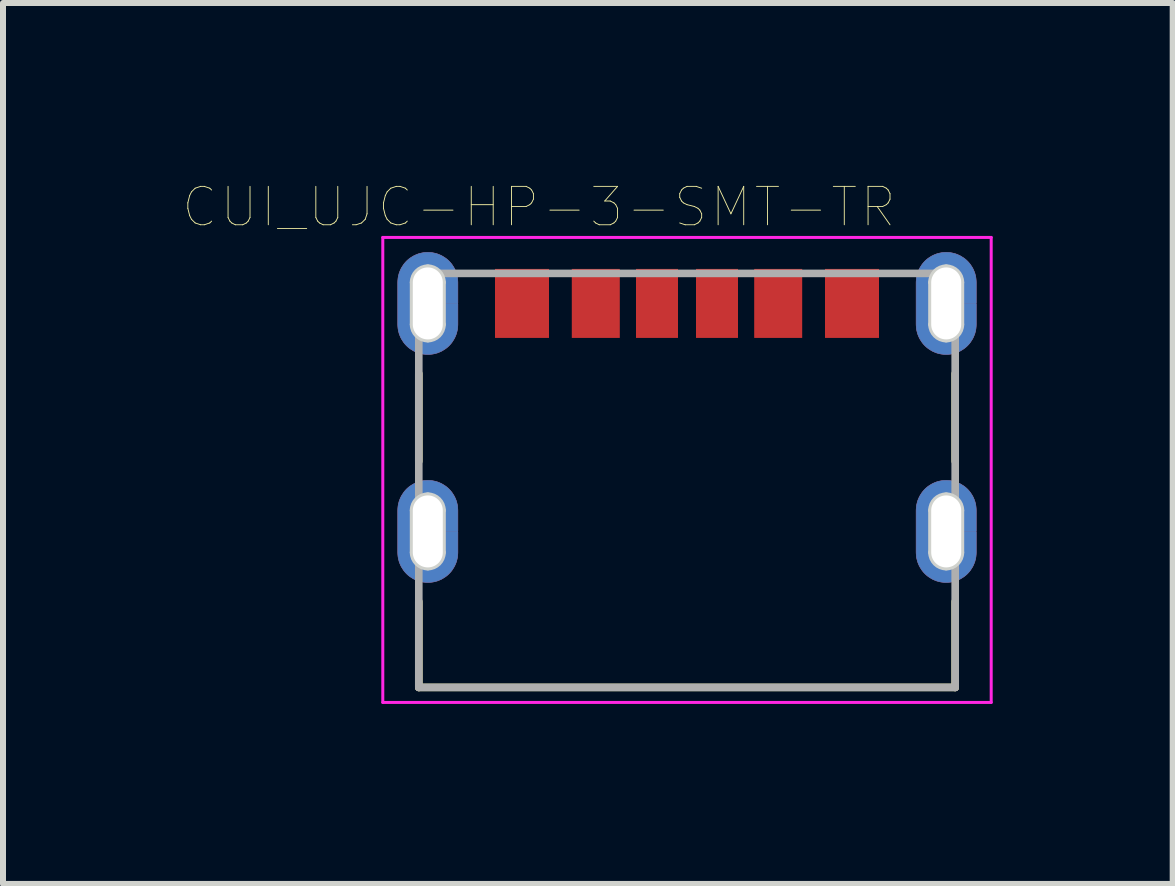
<source format=kicad_pcb>
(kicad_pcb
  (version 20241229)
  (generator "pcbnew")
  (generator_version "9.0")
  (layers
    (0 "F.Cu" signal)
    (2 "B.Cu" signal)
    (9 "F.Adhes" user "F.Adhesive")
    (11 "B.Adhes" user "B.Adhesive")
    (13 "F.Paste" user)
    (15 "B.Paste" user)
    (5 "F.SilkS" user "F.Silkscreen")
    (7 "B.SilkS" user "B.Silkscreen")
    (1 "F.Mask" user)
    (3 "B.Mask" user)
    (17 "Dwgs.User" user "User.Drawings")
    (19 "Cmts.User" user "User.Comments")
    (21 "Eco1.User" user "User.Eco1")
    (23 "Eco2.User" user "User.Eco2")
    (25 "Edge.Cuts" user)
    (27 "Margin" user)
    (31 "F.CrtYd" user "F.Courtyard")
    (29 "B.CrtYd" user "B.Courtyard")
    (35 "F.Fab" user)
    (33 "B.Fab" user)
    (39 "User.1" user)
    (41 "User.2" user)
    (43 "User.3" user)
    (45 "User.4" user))
  (footprint "CUI_UJC-HP-3-SMT-TR"
    (layer "F.Cu")
    (at 8.4 2.007)
    (property "Reference" "CUI_UJC-HP-3-SMT-TR" (at -2.468 -1.606 0) (layer "F.SilkS") (effects (font (size 0.64 0.64) (thickness 0.015))))
    (attr through_hole)
    (fp_poly (pts (xy -4.07 0) (xy -4.07 -0.35) (xy -4.07 -0.363) (xy -4.071 -0.376) (xy -4.073 -0.389) (xy -4.075 -0.402) (xy -4.079 -0.415) (xy -4.082 -0.427) (xy -4.087 -0.44) (xy -4.092 -0.452) (xy -4.097 -0.463) (xy -4.103 -0.475) (xy -4.11 -0.486) (xy -4.118 -0.497) (xy -4.126 -0.507) (xy -4.134 -0.517) (xy -4.143 -0.527) (xy -4.153 -0.536) (xy -4.163 -0.544) (xy -4.173 -0.552) (xy -4.184 -0.56) (xy -4.195 -0.567) (xy -4.207 -0.573) (xy -4.218 -0.578) (xy -4.23 -0.583) (xy -4.243 -0.588) (xy -4.255 -0.591) (xy -4.268 -0.595) (xy -4.281 -0.597) (xy -4.294 -0.599) (xy -4.307 -0.6) (xy -4.32 -0.6) (xy -4.333 -0.6) (xy -4.346 -0.599) (xy -4.359 -0.597) (xy -4.372 -0.595) (xy -4.385 -0.591) (xy -4.397 -0.588) (xy -4.41 -0.583) (xy -4.422 -0.578) (xy -4.433 -0.573) (xy -4.445 -0.567) (xy -4.456 -0.56) (xy -4.467 -0.552) (xy -4.477 -0.544) (xy -4.487 -0.536) (xy -4.497 -0.527) (xy -4.506 -0.517) (xy -4.514 -0.507) (xy -4.522 -0.497) (xy -4.53 -0.486) (xy -4.537 -0.475) (xy -4.543 -0.463) (xy -4.548 -0.452) (xy -4.553 -0.44) (xy -4.558 -0.427) (xy -4.561 -0.415) (xy -4.565 -0.402) (xy -4.567 -0.389) (xy -4.569 -0.376) (xy -4.57 -0.363) (xy -4.57 -0.35) (xy -4.57 0.35) (xy -4.57 0.363) (xy -4.569 0.376) (xy -4.567 0.389) (xy -4.565 0.402) (xy -4.561 0.415) (xy -4.558 0.427) (xy -4.553 0.44) (xy -4.548 0.452) (xy -4.543 0.463) (xy -4.537 0.475) (xy -4.53 0.486) (xy -4.522 0.497) (xy -4.514 0.507) (xy -4.506 0.517) (xy -4.497 0.527) (xy -4.487 0.536) (xy -4.477 0.544) (xy -4.467 0.552) (xy -4.456 0.56) (xy -4.445 0.567) (xy -4.433 0.573) (xy -4.422 0.578) (xy -4.41 0.583) (xy -4.397 0.588) (xy -4.385 0.591) (xy -4.372 0.595) (xy -4.359 0.597) (xy -4.346 0.599) (xy -4.333 0.6) (xy -4.32 0.6) (xy -4.307 0.6) (xy -4.294 0.599) (xy -4.281 0.597) (xy -4.268 0.595) (xy -4.255 0.591) (xy -4.243 0.588) (xy -4.23 0.583) (xy -4.218 0.578) (xy -4.207 0.573) (xy -4.195 0.567) (xy -4.184 0.56) (xy -4.173 0.552) (xy -4.163 0.544) (xy -4.153 0.536) (xy -4.143 0.527) (xy -4.134 0.517) (xy -4.126 0.507) (xy -4.118 0.497) (xy -4.11 0.486) (xy -4.103 0.475) (xy -4.097 0.463) (xy -4.092 0.452) (xy -4.087 0.44) (xy -4.082 0.427) (xy -4.079 0.415) (xy -4.075 0.402) (xy -4.073 0.389) (xy -4.071 0.376) (xy -4.07 0.363) (xy -4.07 0.35) (xy -4.07 0.01) (xy -3.82 0.01) (xy -3.82 0.35) (xy -3.821 0.376) (xy -3.823 0.402) (xy -3.826 0.428) (xy -3.831 0.454) (xy -3.837 0.479) (xy -3.844 0.505) (xy -3.853 0.529) (xy -3.863 0.553) (xy -3.874 0.577) (xy -3.887 0.6) (xy -3.901 0.622) (xy -3.915 0.644) (xy -3.931 0.665) (xy -3.948 0.685) (xy -3.966 0.704) (xy -3.985 0.722) (xy -4.005 0.739) (xy -4.026 0.755) (xy -4.048 0.769) (xy -4.07 0.783) (xy -4.093 0.796) (xy -4.117 0.807) (xy -4.141 0.817) (xy -4.165 0.826) (xy -4.191 0.833) (xy -4.216 0.839) (xy -4.242 0.844) (xy -4.268 0.847) (xy -4.294 0.849) (xy -4.32 0.85) (xy -4.346 0.849) (xy -4.372 0.847) (xy -4.398 0.844) (xy -4.424 0.839) (xy -4.449 0.833) (xy -4.475 0.826) (xy -4.499 0.817) (xy -4.523 0.807) (xy -4.547 0.796) (xy -4.57 0.783) (xy -4.592 0.769) (xy -4.614 0.755) (xy -4.635 0.739) (xy -4.655 0.722) (xy -4.674 0.704) (xy -4.692 0.685) (xy -4.709 0.665) (xy -4.725 0.644) (xy -4.739 0.622) (xy -4.753 0.6) (xy -4.766 0.577) (xy -4.777 0.553) (xy -4.787 0.529) (xy -4.796 0.505) (xy -4.803 0.479) (xy -4.809 0.454) (xy -4.814 0.428) (xy -4.817 0.402) (xy -4.819 0.376) (xy -4.82 0.35) (xy -4.82 -0.35) (xy -4.819 -0.376) (xy -4.817 -0.402) (xy -4.814 -0.428) (xy -4.809 -0.454) (xy -4.803 -0.479) (xy -4.796 -0.505) (xy -4.787 -0.529) (xy -4.777 -0.553) (xy -4.766 -0.577) (xy -4.753 -0.6) (xy -4.739 -0.622) (xy -4.725 -0.644) (xy -4.709 -0.665) (xy -4.692 -0.685) (xy -4.674 -0.704) (xy -4.655 -0.722) (xy -4.635 -0.739) (xy -4.614 -0.755) (xy -4.592 -0.769) (xy -4.57 -0.783) (xy -4.547 -0.796) (xy -4.523 -0.807) (xy -4.499 -0.817) (xy -4.475 -0.826) (xy -4.449 -0.833) (xy -4.424 -0.839) (xy -4.398 -0.844) (xy -4.372 -0.847) (xy -4.346 -0.849) (xy -4.32 -0.85) (xy -4.294 -0.849) (xy -4.268 -0.847) (xy -4.242 -0.844) (xy -4.216 -0.839) (xy -4.191 -0.833) (xy -4.165 -0.826) (xy -4.141 -0.817) (xy -4.117 -0.807) (xy -4.093 -0.796) (xy -4.07 -0.783) (xy -4.048 -0.769) (xy -4.026 -0.755) (xy -4.005 -0.739) (xy -3.985 -0.722) (xy -3.966 -0.704) (xy -3.948 -0.685) (xy -3.931 -0.665) (xy -3.915 -0.644) (xy -3.901 -0.622) (xy -3.887 -0.6) (xy -3.874 -0.577) (xy -3.863 -0.553) (xy -3.853 -0.529) (xy -3.844 -0.505) (xy -3.837 -0.479) (xy -3.831 -0.454) (xy -3.826 -0.428) (xy -3.823 -0.402) (xy -3.821 -0.376) (xy -3.82 -0.35) (xy -3.82 0) (xy -4.07 0)) (stroke (width 0.01) (type solid)) (fill yes) (layer "F.Cu"))
    (fp_poly (pts (xy -4.07 3.8) (xy -4.07 3.45) (xy -4.07 3.437) (xy -4.071 3.424) (xy -4.073 3.411) (xy -4.075 3.398) (xy -4.079 3.385) (xy -4.082 3.373) (xy -4.087 3.36) (xy -4.092 3.348) (xy -4.097 3.337) (xy -4.103 3.325) (xy -4.11 3.314) (xy -4.118 3.303) (xy -4.126 3.293) (xy -4.134 3.283) (xy -4.143 3.273) (xy -4.153 3.264) (xy -4.163 3.256) (xy -4.173 3.248) (xy -4.184 3.24) (xy -4.195 3.233) (xy -4.207 3.227) (xy -4.218 3.222) (xy -4.23 3.217) (xy -4.243 3.212) (xy -4.255 3.209) (xy -4.268 3.205) (xy -4.281 3.203) (xy -4.294 3.201) (xy -4.307 3.2) (xy -4.32 3.2) (xy -4.333 3.2) (xy -4.346 3.201) (xy -4.359 3.203) (xy -4.372 3.205) (xy -4.385 3.209) (xy -4.397 3.212) (xy -4.41 3.217) (xy -4.422 3.222) (xy -4.433 3.227) (xy -4.445 3.233) (xy -4.456 3.24) (xy -4.467 3.248) (xy -4.477 3.256) (xy -4.487 3.264) (xy -4.497 3.273) (xy -4.506 3.283) (xy -4.514 3.293) (xy -4.522 3.303) (xy -4.53 3.314) (xy -4.537 3.325) (xy -4.543 3.337) (xy -4.548 3.348) (xy -4.553 3.36) (xy -4.558 3.373) (xy -4.561 3.385) (xy -4.565 3.398) (xy -4.567 3.411) (xy -4.569 3.424) (xy -4.57 3.437) (xy -4.57 3.45) (xy -4.57 4.15) (xy -4.57 4.163) (xy -4.569 4.176) (xy -4.567 4.189) (xy -4.565 4.202) (xy -4.561 4.215) (xy -4.558 4.227) (xy -4.553 4.24) (xy -4.548 4.252) (xy -4.543 4.263) (xy -4.537 4.275) (xy -4.53 4.286) (xy -4.522 4.297) (xy -4.514 4.307) (xy -4.506 4.317) (xy -4.497 4.327) (xy -4.487 4.336) (xy -4.477 4.344) (xy -4.467 4.352) (xy -4.456 4.36) (xy -4.445 4.367) (xy -4.433 4.373) (xy -4.422 4.378) (xy -4.41 4.383) (xy -4.397 4.388) (xy -4.385 4.391) (xy -4.372 4.395) (xy -4.359 4.397) (xy -4.346 4.399) (xy -4.333 4.4) (xy -4.32 4.4) (xy -4.307 4.4) (xy -4.294 4.399) (xy -4.281 4.397) (xy -4.268 4.395) (xy -4.255 4.391) (xy -4.243 4.388) (xy -4.23 4.383) (xy -4.218 4.378) (xy -4.207 4.373) (xy -4.195 4.367) (xy -4.184 4.36) (xy -4.173 4.352) (xy -4.163 4.344) (xy -4.153 4.336) (xy -4.143 4.327) (xy -4.134 4.317) (xy -4.126 4.307) (xy -4.118 4.297) (xy -4.11 4.286) (xy -4.103 4.275) (xy -4.097 4.263) (xy -4.092 4.252) (xy -4.087 4.24) (xy -4.082 4.227) (xy -4.079 4.215) (xy -4.075 4.202) (xy -4.073 4.189) (xy -4.071 4.176) (xy -4.07 4.163) (xy -4.07 4.15) (xy -4.07 3.81) (xy -3.82 3.81) (xy -3.82 4.15) (xy -3.821 4.176) (xy -3.823 4.202) (xy -3.826 4.228) (xy -3.831 4.254) (xy -3.837 4.279) (xy -3.844 4.305) (xy -3.853 4.329) (xy -3.863 4.353) (xy -3.874 4.377) (xy -3.887 4.4) (xy -3.901 4.422) (xy -3.915 4.444) (xy -3.931 4.465) (xy -3.948 4.485) (xy -3.966 4.504) (xy -3.985 4.522) (xy -4.005 4.539) (xy -4.026 4.555) (xy -4.048 4.569) (xy -4.07 4.583) (xy -4.093 4.596) (xy -4.117 4.607) (xy -4.141 4.617) (xy -4.165 4.626) (xy -4.191 4.633) (xy -4.216 4.639) (xy -4.242 4.644) (xy -4.268 4.647) (xy -4.294 4.649) (xy -4.32 4.65) (xy -4.346 4.649) (xy -4.372 4.647) (xy -4.398 4.644) (xy -4.424 4.639) (xy -4.449 4.633) (xy -4.475 4.626) (xy -4.499 4.617) (xy -4.523 4.607) (xy -4.547 4.596) (xy -4.57 4.583) (xy -4.592 4.569) (xy -4.614 4.555) (xy -4.635 4.539) (xy -4.655 4.522) (xy -4.674 4.504) (xy -4.692 4.485) (xy -4.709 4.465) (xy -4.725 4.444) (xy -4.739 4.422) (xy -4.753 4.4) (xy -4.766 4.377) (xy -4.777 4.353) (xy -4.787 4.329) (xy -4.796 4.305) (xy -4.803 4.279) (xy -4.809 4.254) (xy -4.814 4.228) (xy -4.817 4.202) (xy -4.819 4.176) (xy -4.82 4.15) (xy -4.82 3.45) (xy -4.819 3.424) (xy -4.817 3.398) (xy -4.814 3.372) (xy -4.809 3.346) (xy -4.803 3.321) (xy -4.796 3.295) (xy -4.787 3.271) (xy -4.777 3.247) (xy -4.766 3.223) (xy -4.753 3.2) (xy -4.739 3.178) (xy -4.725 3.156) (xy -4.709 3.135) (xy -4.692 3.115) (xy -4.674 3.096) (xy -4.655 3.078) (xy -4.635 3.061) (xy -4.614 3.045) (xy -4.592 3.031) (xy -4.57 3.017) (xy -4.547 3.004) (xy -4.523 2.993) (xy -4.499 2.983) (xy -4.475 2.974) (xy -4.449 2.967) (xy -4.424 2.961) (xy -4.398 2.956) (xy -4.372 2.953) (xy -4.346 2.951) (xy -4.32 2.95) (xy -4.294 2.951) (xy -4.268 2.953) (xy -4.242 2.956) (xy -4.216 2.961) (xy -4.191 2.967) (xy -4.165 2.974) (xy -4.141 2.983) (xy -4.117 2.993) (xy -4.093 3.004) (xy -4.07 3.017) (xy -4.048 3.031) (xy -4.026 3.045) (xy -4.005 3.061) (xy -3.985 3.078) (xy -3.966 3.096) (xy -3.948 3.115) (xy -3.931 3.135) (xy -3.915 3.156) (xy -3.901 3.178) (xy -3.887 3.2) (xy -3.874 3.223) (xy -3.863 3.247) (xy -3.853 3.271) (xy -3.844 3.295) (xy -3.837 3.321) (xy -3.831 3.346) (xy -3.826 3.372) (xy -3.823 3.398) (xy -3.821 3.424) (xy -3.82 3.45) (xy -3.82 3.8) (xy -4.07 3.8)) (stroke (width 0.01) (type solid)) (fill yes) (layer "F.Cu"))
    (fp_poly (pts (xy 4.57 0) (xy 4.57 -0.35) (xy 4.57 -0.363) (xy 4.569 -0.376) (xy 4.567 -0.389) (xy 4.565 -0.402) (xy 4.561 -0.415) (xy 4.558 -0.427) (xy 4.553 -0.44) (xy 4.548 -0.452) (xy 4.543 -0.463) (xy 4.537 -0.475) (xy 4.53 -0.486) (xy 4.522 -0.497) (xy 4.514 -0.507) (xy 4.506 -0.517) (xy 4.497 -0.527) (xy 4.487 -0.536) (xy 4.477 -0.544) (xy 4.467 -0.552) (xy 4.456 -0.56) (xy 4.445 -0.567) (xy 4.433 -0.573) (xy 4.422 -0.578) (xy 4.41 -0.583) (xy 4.397 -0.588) (xy 4.385 -0.591) (xy 4.372 -0.595) (xy 4.359 -0.597) (xy 4.346 -0.599) (xy 4.333 -0.6) (xy 4.32 -0.6) (xy 4.307 -0.6) (xy 4.294 -0.599) (xy 4.281 -0.597) (xy 4.268 -0.595) (xy 4.255 -0.591) (xy 4.243 -0.588) (xy 4.23 -0.583) (xy 4.218 -0.578) (xy 4.207 -0.573) (xy 4.195 -0.567) (xy 4.184 -0.56) (xy 4.173 -0.552) (xy 4.163 -0.544) (xy 4.153 -0.536) (xy 4.143 -0.527) (xy 4.134 -0.517) (xy 4.126 -0.507) (xy 4.118 -0.497) (xy 4.11 -0.486) (xy 4.103 -0.475) (xy 4.097 -0.463) (xy 4.092 -0.452) (xy 4.087 -0.44) (xy 4.082 -0.427) (xy 4.079 -0.415) (xy 4.075 -0.402) (xy 4.073 -0.389) (xy 4.071 -0.376) (xy 4.07 -0.363) (xy 4.07 -0.35) (xy 4.07 0.35) (xy 4.07 0.363) (xy 4.071 0.376) (xy 4.073 0.389) (xy 4.075 0.402) (xy 4.079 0.415) (xy 4.082 0.427) (xy 4.087 0.44) (xy 4.092 0.452) (xy 4.097 0.463) (xy 4.103 0.475) (xy 4.11 0.486) (xy 4.118 0.497) (xy 4.126 0.507) (xy 4.134 0.517) (xy 4.143 0.527) (xy 4.153 0.536) (xy 4.163 0.544) (xy 4.173 0.552) (xy 4.184 0.56) (xy 4.195 0.567) (xy 4.207 0.573) (xy 4.218 0.578) (xy 4.23 0.583) (xy 4.243 0.588) (xy 4.255 0.591) (xy 4.268 0.595) (xy 4.281 0.597) (xy 4.294 0.599) (xy 4.307 0.6) (xy 4.32 0.6) (xy 4.333 0.6) (xy 4.346 0.599) (xy 4.359 0.597) (xy 4.372 0.595) (xy 4.385 0.591) (xy 4.397 0.588) (xy 4.41 0.583) (xy 4.422 0.578) (xy 4.433 0.573) (xy 4.445 0.567) (xy 4.456 0.56) (xy 4.467 0.552) (xy 4.477 0.544) (xy 4.487 0.536) (xy 4.497 0.527) (xy 4.506 0.517) (xy 4.514 0.507) (xy 4.522 0.497) (xy 4.53 0.486) (xy 4.537 0.475) (xy 4.543 0.463) (xy 4.548 0.452) (xy 4.553 0.44) (xy 4.558 0.427) (xy 4.561 0.415) (xy 4.565 0.402) (xy 4.567 0.389) (xy 4.569 0.376) (xy 4.57 0.363) (xy 4.57 0.35) (xy 4.57 0.01) (xy 4.82 0.01) (xy 4.82 0.35) (xy 4.819 0.376) (xy 4.817 0.402) (xy 4.814 0.428) (xy 4.809 0.454) (xy 4.803 0.479) (xy 4.796 0.505) (xy 4.787 0.529) (xy 4.777 0.553) (xy 4.766 0.577) (xy 4.753 0.6) (xy 4.739 0.622) (xy 4.725 0.644) (xy 4.709 0.665) (xy 4.692 0.685) (xy 4.674 0.704) (xy 4.655 0.722) (xy 4.635 0.739) (xy 4.614 0.755) (xy 4.592 0.769) (xy 4.57 0.783) (xy 4.547 0.796) (xy 4.523 0.807) (xy 4.499 0.817) (xy 4.475 0.826) (xy 4.449 0.833) (xy 4.424 0.839) (xy 4.398 0.844) (xy 4.372 0.847) (xy 4.346 0.849) (xy 4.32 0.85) (xy 4.294 0.849) (xy 4.268 0.847) (xy 4.242 0.844) (xy 4.216 0.839) (xy 4.191 0.833) (xy 4.165 0.826) (xy 4.141 0.817) (xy 4.117 0.807) (xy 4.093 0.796) (xy 4.07 0.783) (xy 4.048 0.769) (xy 4.026 0.755) (xy 4.005 0.739) (xy 3.985 0.722) (xy 3.966 0.704) (xy 3.948 0.685) (xy 3.931 0.665) (xy 3.915 0.644) (xy 3.901 0.622) (xy 3.887 0.6) (xy 3.874 0.577) (xy 3.863 0.553) (xy 3.853 0.529) (xy 3.844 0.505) (xy 3.837 0.479) (xy 3.831 0.454) (xy 3.826 0.428) (xy 3.823 0.402) (xy 3.821 0.376) (xy 3.82 0.35) (xy 3.82 -0.35) (xy 3.821 -0.376) (xy 3.823 -0.402) (xy 3.826 -0.428) (xy 3.831 -0.454) (xy 3.837 -0.479) (xy 3.844 -0.505) (xy 3.853 -0.529) (xy 3.863 -0.553) (xy 3.874 -0.577) (xy 3.887 -0.6) (xy 3.901 -0.622) (xy 3.915 -0.644) (xy 3.931 -0.665) (xy 3.948 -0.685) (xy 3.966 -0.704) (xy 3.985 -0.722) (xy 4.005 -0.739) (xy 4.026 -0.755) (xy 4.048 -0.769) (xy 4.07 -0.783) (xy 4.093 -0.796) (xy 4.117 -0.807) (xy 4.141 -0.817) (xy 4.165 -0.826) (xy 4.191 -0.833) (xy 4.216 -0.839) (xy 4.242 -0.844) (xy 4.268 -0.847) (xy 4.294 -0.849) (xy 4.32 -0.85) (xy 4.346 -0.849) (xy 4.372 -0.847) (xy 4.398 -0.844) (xy 4.424 -0.839) (xy 4.449 -0.833) (xy 4.475 -0.826) (xy 4.499 -0.817) (xy 4.523 -0.807) (xy 4.547 -0.796) (xy 4.57 -0.783) (xy 4.592 -0.769) (xy 4.614 -0.755) (xy 4.635 -0.739) (xy 4.655 -0.722) (xy 4.674 -0.704) (xy 4.692 -0.685) (xy 4.709 -0.665) (xy 4.725 -0.644) (xy 4.739 -0.622) (xy 4.753 -0.6) (xy 4.766 -0.577) (xy 4.777 -0.553) (xy 4.787 -0.529) (xy 4.796 -0.505) (xy 4.803 -0.479) (xy 4.809 -0.454) (xy 4.814 -0.428) (xy 4.817 -0.402) (xy 4.819 -0.376) (xy 4.82 -0.35) (xy 4.82 0) (xy 4.57 0)) (stroke (width 0.01) (type solid)) (fill yes) (layer "F.Cu"))
    (fp_poly (pts (xy 4.57 3.8) (xy 4.57 3.45) (xy 4.57 3.437) (xy 4.569 3.424) (xy 4.567 3.411) (xy 4.565 3.398) (xy 4.561 3.385) (xy 4.558 3.373) (xy 4.553 3.36) (xy 4.548 3.348) (xy 4.543 3.337) (xy 4.537 3.325) (xy 4.53 3.314) (xy 4.522 3.303) (xy 4.514 3.293) (xy 4.506 3.283) (xy 4.497 3.273) (xy 4.487 3.264) (xy 4.477 3.256) (xy 4.467 3.248) (xy 4.456 3.24) (xy 4.445 3.233) (xy 4.433 3.227) (xy 4.422 3.222) (xy 4.41 3.217) (xy 4.397 3.212) (xy 4.385 3.209) (xy 4.372 3.205) (xy 4.359 3.203) (xy 4.346 3.201) (xy 4.333 3.2) (xy 4.32 3.2) (xy 4.307 3.2) (xy 4.294 3.201) (xy 4.281 3.203) (xy 4.268 3.205) (xy 4.255 3.209) (xy 4.243 3.212) (xy 4.23 3.217) (xy 4.218 3.222) (xy 4.207 3.227) (xy 4.195 3.233) (xy 4.184 3.24) (xy 4.173 3.248) (xy 4.163 3.256) (xy 4.153 3.264) (xy 4.143 3.273) (xy 4.134 3.283) (xy 4.126 3.293) (xy 4.118 3.303) (xy 4.11 3.314) (xy 4.103 3.325) (xy 4.097 3.337) (xy 4.092 3.348) (xy 4.087 3.36) (xy 4.082 3.373) (xy 4.079 3.385) (xy 4.075 3.398) (xy 4.073 3.411) (xy 4.071 3.424) (xy 4.07 3.437) (xy 4.07 3.45) (xy 4.07 4.15) (xy 4.07 4.163) (xy 4.071 4.176) (xy 4.073 4.189) (xy 4.075 4.202) (xy 4.079 4.215) (xy 4.082 4.227) (xy 4.087 4.24) (xy 4.092 4.252) (xy 4.097 4.263) (xy 4.103 4.275) (xy 4.11 4.286) (xy 4.118 4.297) (xy 4.126 4.307) (xy 4.134 4.317) (xy 4.143 4.327) (xy 4.153 4.336) (xy 4.163 4.344) (xy 4.173 4.352) (xy 4.184 4.36) (xy 4.195 4.367) (xy 4.207 4.373) (xy 4.218 4.378) (xy 4.23 4.383) (xy 4.243 4.388) (xy 4.255 4.391) (xy 4.268 4.395) (xy 4.281 4.397) (xy 4.294 4.399) (xy 4.307 4.4) (xy 4.32 4.4) (xy 4.333 4.4) (xy 4.346 4.399) (xy 4.359 4.397) (xy 4.372 4.395) (xy 4.385 4.391) (xy 4.397 4.388) (xy 4.41 4.383) (xy 4.422 4.378) (xy 4.433 4.373) (xy 4.445 4.367) (xy 4.456 4.36) (xy 4.467 4.352) (xy 4.477 4.344) (xy 4.487 4.336) (xy 4.497 4.327) (xy 4.506 4.317) (xy 4.514 4.307) (xy 4.522 4.297) (xy 4.53 4.286) (xy 4.537 4.275) (xy 4.543 4.263) (xy 4.548 4.252) (xy 4.553 4.24) (xy 4.558 4.227) (xy 4.561 4.215) (xy 4.565 4.202) (xy 4.567 4.189) (xy 4.569 4.176) (xy 4.57 4.163) (xy 4.57 4.15) (xy 4.57 3.81) (xy 4.82 3.81) (xy 4.82 4.15) (xy 4.819 4.176) (xy 4.817 4.202) (xy 4.814 4.228) (xy 4.809 4.254) (xy 4.803 4.279) (xy 4.796 4.305) (xy 4.787 4.329) (xy 4.777 4.353) (xy 4.766 4.377) (xy 4.753 4.4) (xy 4.739 4.422) (xy 4.725 4.444) (xy 4.709 4.465) (xy 4.692 4.485) (xy 4.674 4.504) (xy 4.655 4.522) (xy 4.635 4.539) (xy 4.614 4.555) (xy 4.592 4.569) (xy 4.57 4.583) (xy 4.547 4.596) (xy 4.523 4.607) (xy 4.499 4.617) (xy 4.475 4.626) (xy 4.449 4.633) (xy 4.424 4.639) (xy 4.398 4.644) (xy 4.372 4.647) (xy 4.346 4.649) (xy 4.32 4.65) (xy 4.294 4.649) (xy 4.268 4.647) (xy 4.242 4.644) (xy 4.216 4.639) (xy 4.191 4.633) (xy 4.165 4.626) (xy 4.141 4.617) (xy 4.117 4.607) (xy 4.093 4.596) (xy 4.07 4.583) (xy 4.048 4.569) (xy 4.026 4.555) (xy 4.005 4.539) (xy 3.985 4.522) (xy 3.966 4.504) (xy 3.948 4.485) (xy 3.931 4.465) (xy 3.915 4.444) (xy 3.901 4.422) (xy 3.887 4.4) (xy 3.874 4.377) (xy 3.863 4.353) (xy 3.853 4.329) (xy 3.844 4.305) (xy 3.837 4.279) (xy 3.831 4.254) (xy 3.826 4.228) (xy 3.823 4.202) (xy 3.821 4.176) (xy 3.82 4.15) (xy 3.82 3.45) (xy 3.821 3.424) (xy 3.823 3.398) (xy 3.826 3.372) (xy 3.831 3.346) (xy 3.837 3.321) (xy 3.844 3.295) (xy 3.853 3.271) (xy 3.863 3.247) (xy 3.874 3.223) (xy 3.887 3.2) (xy 3.901 3.178) (xy 3.915 3.156) (xy 3.931 3.135) (xy 3.948 3.115) (xy 3.966 3.096) (xy 3.985 3.078) (xy 4.005 3.061) (xy 4.026 3.045) (xy 4.048 3.031) (xy 4.07 3.017) (xy 4.093 3.004) (xy 4.117 2.993) (xy 4.141 2.983) (xy 4.165 2.974) (xy 4.191 2.967) (xy 4.216 2.961) (xy 4.242 2.956) (xy 4.268 2.953) (xy 4.294 2.951) (xy 4.32 2.95) (xy 4.346 2.951) (xy 4.372 2.953) (xy 4.398 2.956) (xy 4.424 2.961) (xy 4.449 2.967) (xy 4.475 2.974) (xy 4.499 2.983) (xy 4.523 2.993) (xy 4.547 3.004) (xy 4.57 3.017) (xy 4.592 3.031) (xy 4.614 3.045) (xy 4.635 3.061) (xy 4.655 3.078) (xy 4.674 3.096) (xy 4.692 3.115) (xy 4.709 3.135) (xy 4.725 3.156) (xy 4.739 3.178) (xy 4.753 3.2) (xy 4.766 3.223) (xy 4.777 3.247) (xy 4.787 3.271) (xy 4.796 3.295) (xy 4.803 3.321) (xy 4.809 3.346) (xy 4.814 3.372) (xy 4.817 3.398) (xy 4.819 3.424) (xy 4.82 3.45) (xy 4.82 3.8) (xy 4.57 3.8)) (stroke (width 0.01) (type solid)) (fill yes) (layer "F.Cu"))
    (fp_poly (pts (xy -4.32 0) (xy -4.32 0.01) (xy -3.72 0.01) (xy -3.72 0.35) (xy -3.721 0.381) (xy -3.723 0.413) (xy -3.727 0.444) (xy -3.733 0.475) (xy -3.74 0.505) (xy -3.749 0.535) (xy -3.76 0.565) (xy -3.772 0.594) (xy -3.785 0.622) (xy -3.8 0.65) (xy -3.817 0.677) (xy -3.835 0.703) (xy -3.854 0.728) (xy -3.874 0.751) (xy -3.896 0.774) (xy -3.919 0.796) (xy -3.942 0.816) (xy -3.967 0.835) (xy -3.993 0.853) (xy -4.02 0.87) (xy -4.048 0.885) (xy -4.076 0.898) (xy -4.105 0.91) (xy -4.135 0.921) (xy -4.165 0.93) (xy -4.195 0.937) (xy -4.226 0.943) (xy -4.257 0.947) (xy -4.289 0.949) (xy -4.32 0.95) (xy -4.351 0.949) (xy -4.383 0.947) (xy -4.414 0.943) (xy -4.445 0.937) (xy -4.475 0.93) (xy -4.505 0.921) (xy -4.535 0.91) (xy -4.564 0.898) (xy -4.592 0.885) (xy -4.62 0.87) (xy -4.647 0.853) (xy -4.673 0.835) (xy -4.698 0.816) (xy -4.721 0.796) (xy -4.744 0.774) (xy -4.766 0.751) (xy -4.786 0.728) (xy -4.805 0.703) (xy -4.823 0.677) (xy -4.84 0.65) (xy -4.855 0.622) (xy -4.868 0.594) (xy -4.88 0.565) (xy -4.891 0.535) (xy -4.9 0.505) (xy -4.907 0.475) (xy -4.913 0.444) (xy -4.917 0.413) (xy -4.919 0.381) (xy -4.92 0.35) (xy -4.92 -0.35) (xy -4.919 -0.381) (xy -4.917 -0.413) (xy -4.913 -0.444) (xy -4.907 -0.475) (xy -4.9 -0.505) (xy -4.891 -0.535) (xy -4.88 -0.565) (xy -4.868 -0.594) (xy -4.855 -0.622) (xy -4.84 -0.65) (xy -4.823 -0.677) (xy -4.805 -0.703) (xy -4.786 -0.728) (xy -4.766 -0.751) (xy -4.744 -0.774) (xy -4.721 -0.796) (xy -4.698 -0.816) (xy -4.673 -0.835) (xy -4.647 -0.853) (xy -4.62 -0.87) (xy -4.592 -0.885) (xy -4.564 -0.898) (xy -4.535 -0.91) (xy -4.505 -0.921) (xy -4.475 -0.93) (xy -4.445 -0.937) (xy -4.414 -0.943) (xy -4.383 -0.947) (xy -4.351 -0.949) (xy -4.32 -0.95) (xy -4.289 -0.949) (xy -4.257 -0.947) (xy -4.226 -0.943) (xy -4.195 -0.937) (xy -4.165 -0.93) (xy -4.135 -0.921) (xy -4.105 -0.91) (xy -4.076 -0.898) (xy -4.048 -0.885) (xy -4.02 -0.87) (xy -3.993 -0.853) (xy -3.967 -0.835) (xy -3.942 -0.816) (xy -3.919 -0.796) (xy -3.896 -0.774) (xy -3.874 -0.751) (xy -3.854 -0.728) (xy -3.835 -0.703) (xy -3.817 -0.677) (xy -3.8 -0.65) (xy -3.785 -0.622) (xy -3.772 -0.594) (xy -3.76 -0.565) (xy -3.749 -0.535) (xy -3.74 -0.505) (xy -3.733 -0.475) (xy -3.727 -0.444) (xy -3.723 -0.413) (xy -3.721 -0.381) (xy -3.72 -0.35) (xy -3.72 0) (xy -4.32 0)) (stroke (width 0.01) (type solid)) (fill yes) (layer "F.Mask"))
    (fp_poly (pts (xy -4.32 3.8) (xy -4.32 3.81) (xy -3.72 3.81) (xy -3.72 4.15) (xy -3.721 4.181) (xy -3.723 4.213) (xy -3.727 4.244) (xy -3.733 4.275) (xy -3.74 4.305) (xy -3.749 4.335) (xy -3.76 4.365) (xy -3.772 4.394) (xy -3.785 4.422) (xy -3.8 4.45) (xy -3.817 4.477) (xy -3.835 4.503) (xy -3.854 4.528) (xy -3.874 4.551) (xy -3.896 4.574) (xy -3.919 4.596) (xy -3.942 4.616) (xy -3.967 4.635) (xy -3.993 4.653) (xy -4.02 4.67) (xy -4.048 4.685) (xy -4.076 4.698) (xy -4.105 4.71) (xy -4.135 4.721) (xy -4.165 4.73) (xy -4.195 4.737) (xy -4.226 4.743) (xy -4.257 4.747) (xy -4.289 4.749) (xy -4.32 4.75) (xy -4.351 4.749) (xy -4.383 4.747) (xy -4.414 4.743) (xy -4.445 4.737) (xy -4.475 4.73) (xy -4.505 4.721) (xy -4.535 4.71) (xy -4.564 4.698) (xy -4.592 4.685) (xy -4.62 4.67) (xy -4.647 4.653) (xy -4.673 4.635) (xy -4.698 4.616) (xy -4.721 4.596) (xy -4.744 4.574) (xy -4.766 4.551) (xy -4.786 4.528) (xy -4.805 4.503) (xy -4.823 4.477) (xy -4.84 4.45) (xy -4.855 4.422) (xy -4.868 4.394) (xy -4.88 4.365) (xy -4.891 4.335) (xy -4.9 4.305) (xy -4.907 4.275) (xy -4.913 4.244) (xy -4.917 4.213) (xy -4.919 4.181) (xy -4.92 4.15) (xy -4.92 3.45) (xy -4.919 3.419) (xy -4.917 3.387) (xy -4.913 3.356) (xy -4.907 3.325) (xy -4.9 3.295) (xy -4.891 3.265) (xy -4.88 3.235) (xy -4.868 3.206) (xy -4.855 3.178) (xy -4.84 3.15) (xy -4.823 3.123) (xy -4.805 3.097) (xy -4.786 3.072) (xy -4.766 3.049) (xy -4.744 3.026) (xy -4.721 3.004) (xy -4.698 2.984) (xy -4.673 2.965) (xy -4.647 2.947) (xy -4.62 2.93) (xy -4.592 2.915) (xy -4.564 2.902) (xy -4.535 2.89) (xy -4.505 2.879) (xy -4.475 2.87) (xy -4.445 2.863) (xy -4.414 2.857) (xy -4.383 2.853) (xy -4.351 2.851) (xy -4.32 2.85) (xy -4.289 2.851) (xy -4.257 2.853) (xy -4.226 2.857) (xy -4.195 2.863) (xy -4.165 2.87) (xy -4.135 2.879) (xy -4.105 2.89) (xy -4.076 2.902) (xy -4.048 2.915) (xy -4.02 2.93) (xy -3.993 2.947) (xy -3.967 2.965) (xy -3.942 2.984) (xy -3.919 3.004) (xy -3.896 3.026) (xy -3.874 3.049) (xy -3.854 3.072) (xy -3.835 3.097) (xy -3.817 3.123) (xy -3.8 3.15) (xy -3.785 3.178) (xy -3.772 3.206) (xy -3.76 3.235) (xy -3.749 3.265) (xy -3.74 3.295) (xy -3.733 3.325) (xy -3.727 3.356) (xy -3.723 3.387) (xy -3.721 3.419) (xy -3.72 3.45) (xy -3.72 3.8) (xy -4.32 3.8)) (stroke (width 0.01) (type solid)) (fill yes) (layer "F.Mask"))
    (fp_poly (pts (xy 4.32 0) (xy 4.32 0.01) (xy 4.92 0.01) (xy 4.92 0.35) (xy 4.919 0.381) (xy 4.917 0.413) (xy 4.913 0.444) (xy 4.907 0.475) (xy 4.9 0.505) (xy 4.891 0.535) (xy 4.88 0.565) (xy 4.868 0.594) (xy 4.855 0.622) (xy 4.84 0.65) (xy 4.823 0.677) (xy 4.805 0.703) (xy 4.786 0.728) (xy 4.766 0.751) (xy 4.744 0.774) (xy 4.721 0.796) (xy 4.698 0.816) (xy 4.673 0.835) (xy 4.647 0.853) (xy 4.62 0.87) (xy 4.592 0.885) (xy 4.564 0.898) (xy 4.535 0.91) (xy 4.505 0.921) (xy 4.475 0.93) (xy 4.445 0.937) (xy 4.414 0.943) (xy 4.383 0.947) (xy 4.351 0.949) (xy 4.32 0.95) (xy 4.289 0.949) (xy 4.257 0.947) (xy 4.226 0.943) (xy 4.195 0.937) (xy 4.165 0.93) (xy 4.135 0.921) (xy 4.105 0.91) (xy 4.076 0.898) (xy 4.048 0.885) (xy 4.02 0.87) (xy 3.993 0.853) (xy 3.967 0.835) (xy 3.942 0.816) (xy 3.919 0.796) (xy 3.896 0.774) (xy 3.874 0.751) (xy 3.854 0.728) (xy 3.835 0.703) (xy 3.817 0.677) (xy 3.8 0.65) (xy 3.785 0.622) (xy 3.772 0.594) (xy 3.76 0.565) (xy 3.749 0.535) (xy 3.74 0.505) (xy 3.733 0.475) (xy 3.727 0.444) (xy 3.723 0.413) (xy 3.721 0.381) (xy 3.72 0.35) (xy 3.72 -0.35) (xy 3.721 -0.381) (xy 3.723 -0.413) (xy 3.727 -0.444) (xy 3.733 -0.475) (xy 3.74 -0.505) (xy 3.749 -0.535) (xy 3.76 -0.565) (xy 3.772 -0.594) (xy 3.785 -0.622) (xy 3.8 -0.65) (xy 3.817 -0.677) (xy 3.835 -0.703) (xy 3.854 -0.728) (xy 3.874 -0.751) (xy 3.896 -0.774) (xy 3.919 -0.796) (xy 3.942 -0.816) (xy 3.967 -0.835) (xy 3.993 -0.853) (xy 4.02 -0.87) (xy 4.048 -0.885) (xy 4.076 -0.898) (xy 4.105 -0.91) (xy 4.135 -0.921) (xy 4.165 -0.93) (xy 4.195 -0.937) (xy 4.226 -0.943) (xy 4.257 -0.947) (xy 4.289 -0.949) (xy 4.32 -0.95) (xy 4.351 -0.949) (xy 4.383 -0.947) (xy 4.414 -0.943) (xy 4.445 -0.937) (xy 4.475 -0.93) (xy 4.505 -0.921) (xy 4.535 -0.91) (xy 4.564 -0.898) (xy 4.592 -0.885) (xy 4.62 -0.87) (xy 4.647 -0.853) (xy 4.673 -0.835) (xy 4.698 -0.816) (xy 4.721 -0.796) (xy 4.744 -0.774) (xy 4.766 -0.751) (xy 4.786 -0.728) (xy 4.805 -0.703) (xy 4.823 -0.677) (xy 4.84 -0.65) (xy 4.855 -0.622) (xy 4.868 -0.594) (xy 4.88 -0.565) (xy 4.891 -0.535) (xy 4.9 -0.505) (xy 4.907 -0.475) (xy 4.913 -0.444) (xy 4.917 -0.413) (xy 4.919 -0.381) (xy 4.92 -0.35) (xy 4.92 0) (xy 4.32 0)) (stroke (width 0.01) (type solid)) (fill yes) (layer "F.Mask"))
    (fp_poly (pts (xy 4.32 3.8) (xy 4.32 3.81) (xy 4.92 3.81) (xy 4.92 4.15) (xy 4.919 4.181) (xy 4.917 4.213) (xy 4.913 4.244) (xy 4.907 4.275) (xy 4.9 4.305) (xy 4.891 4.335) (xy 4.88 4.365) (xy 4.868 4.394) (xy 4.855 4.422) (xy 4.84 4.45) (xy 4.823 4.477) (xy 4.805 4.503) (xy 4.786 4.528) (xy 4.766 4.551) (xy 4.744 4.574) (xy 4.721 4.596) (xy 4.698 4.616) (xy 4.673 4.635) (xy 4.647 4.653) (xy 4.62 4.67) (xy 4.592 4.685) (xy 4.564 4.698) (xy 4.535 4.71) (xy 4.505 4.721) (xy 4.475 4.73) (xy 4.445 4.737) (xy 4.414 4.743) (xy 4.383 4.747) (xy 4.351 4.749) (xy 4.32 4.75) (xy 4.289 4.749) (xy 4.257 4.747) (xy 4.226 4.743) (xy 4.195 4.737) (xy 4.165 4.73) (xy 4.135 4.721) (xy 4.105 4.71) (xy 4.076 4.698) (xy 4.048 4.685) (xy 4.02 4.67) (xy 3.993 4.653) (xy 3.967 4.635) (xy 3.942 4.616) (xy 3.919 4.596) (xy 3.896 4.574) (xy 3.874 4.551) (xy 3.854 4.528) (xy 3.835 4.503) (xy 3.817 4.477) (xy 3.8 4.45) (xy 3.785 4.422) (xy 3.772 4.394) (xy 3.76 4.365) (xy 3.749 4.335) (xy 3.74 4.305) (xy 3.733 4.275) (xy 3.727 4.244) (xy 3.723 4.213) (xy 3.721 4.181) (xy 3.72 4.15) (xy 3.72 3.45) (xy 3.721 3.419) (xy 3.723 3.387) (xy 3.727 3.356) (xy 3.733 3.325) (xy 3.74 3.295) (xy 3.749 3.265) (xy 3.76 3.235) (xy 3.772 3.206) (xy 3.785 3.178) (xy 3.8 3.15) (xy 3.817 3.123) (xy 3.835 3.097) (xy 3.854 3.072) (xy 3.874 3.049) (xy 3.896 3.026) (xy 3.919 3.004) (xy 3.942 2.984) (xy 3.967 2.965) (xy 3.993 2.947) (xy 4.02 2.93) (xy 4.048 2.915) (xy 4.076 2.902) (xy 4.105 2.89) (xy 4.135 2.879) (xy 4.165 2.87) (xy 4.195 2.863) (xy 4.226 2.857) (xy 4.257 2.853) (xy 4.289 2.851) (xy 4.32 2.85) (xy 4.351 2.851) (xy 4.383 2.853) (xy 4.414 2.857) (xy 4.445 2.863) (xy 4.475 2.87) (xy 4.505 2.879) (xy 4.535 2.89) (xy 4.564 2.902) (xy 4.592 2.915) (xy 4.62 2.93) (xy 4.647 2.947) (xy 4.673 2.965) (xy 4.698 2.984) (xy 4.721 3.004) (xy 4.744 3.026) (xy 4.766 3.049) (xy 4.786 3.072) (xy 4.805 3.097) (xy 4.823 3.123) (xy 4.84 3.15) (xy 4.855 3.178) (xy 4.868 3.206) (xy 4.88 3.235) (xy 4.891 3.265) (xy 4.9 3.295) (xy 4.907 3.325) (xy 4.913 3.356) (xy 4.917 3.387) (xy 4.919 3.419) (xy 4.92 3.45) (xy 4.92 3.8) (xy 4.32 3.8)) (stroke (width 0.01) (type solid)) (fill yes) (layer "F.Mask"))
    (fp_poly (pts (xy -4.07 0) (xy -4.07 -0.35) (xy -4.07 -0.363) (xy -4.071 -0.376) (xy -4.073 -0.389) (xy -4.075 -0.402) (xy -4.079 -0.415) (xy -4.082 -0.427) (xy -4.087 -0.44) (xy -4.092 -0.452) (xy -4.097 -0.463) (xy -4.103 -0.475) (xy -4.11 -0.486) (xy -4.118 -0.497) (xy -4.126 -0.507) (xy -4.134 -0.517) (xy -4.143 -0.527) (xy -4.153 -0.536) (xy -4.163 -0.544) (xy -4.173 -0.552) (xy -4.184 -0.56) (xy -4.195 -0.567) (xy -4.207 -0.573) (xy -4.218 -0.578) (xy -4.23 -0.583) (xy -4.243 -0.588) (xy -4.255 -0.591) (xy -4.268 -0.595) (xy -4.281 -0.597) (xy -4.294 -0.599) (xy -4.307 -0.6) (xy -4.32 -0.6) (xy -4.333 -0.6) (xy -4.346 -0.599) (xy -4.359 -0.597) (xy -4.372 -0.595) (xy -4.385 -0.591) (xy -4.397 -0.588) (xy -4.41 -0.583) (xy -4.422 -0.578) (xy -4.433 -0.573) (xy -4.445 -0.567) (xy -4.456 -0.56) (xy -4.467 -0.552) (xy -4.477 -0.544) (xy -4.487 -0.536) (xy -4.497 -0.527) (xy -4.506 -0.517) (xy -4.514 -0.507) (xy -4.522 -0.497) (xy -4.53 -0.486) (xy -4.537 -0.475) (xy -4.543 -0.463) (xy -4.548 -0.452) (xy -4.553 -0.44) (xy -4.558 -0.427) (xy -4.561 -0.415) (xy -4.565 -0.402) (xy -4.567 -0.389) (xy -4.569 -0.376) (xy -4.57 -0.363) (xy -4.57 -0.35) (xy -4.57 0.35) (xy -4.57 0.363) (xy -4.569 0.376) (xy -4.567 0.389) (xy -4.565 0.402) (xy -4.561 0.415) (xy -4.558 0.427) (xy -4.553 0.44) (xy -4.548 0.452) (xy -4.543 0.463) (xy -4.537 0.475) (xy -4.53 0.486) (xy -4.522 0.497) (xy -4.514 0.507) (xy -4.506 0.517) (xy -4.497 0.527) (xy -4.487 0.536) (xy -4.477 0.544) (xy -4.467 0.552) (xy -4.456 0.56) (xy -4.445 0.567) (xy -4.433 0.573) (xy -4.422 0.578) (xy -4.41 0.583) (xy -4.397 0.588) (xy -4.385 0.591) (xy -4.372 0.595) (xy -4.359 0.597) (xy -4.346 0.599) (xy -4.333 0.6) (xy -4.32 0.6) (xy -4.307 0.6) (xy -4.294 0.599) (xy -4.281 0.597) (xy -4.268 0.595) (xy -4.255 0.591) (xy -4.243 0.588) (xy -4.23 0.583) (xy -4.218 0.578) (xy -4.207 0.573) (xy -4.195 0.567) (xy -4.184 0.56) (xy -4.173 0.552) (xy -4.163 0.544) (xy -4.153 0.536) (xy -4.143 0.527) (xy -4.134 0.517) (xy -4.126 0.507) (xy -4.118 0.497) (xy -4.11 0.486) (xy -4.103 0.475) (xy -4.097 0.463) (xy -4.092 0.452) (xy -4.087 0.44) (xy -4.082 0.427) (xy -4.079 0.415) (xy -4.075 0.402) (xy -4.073 0.389) (xy -4.071 0.376) (xy -4.07 0.363) (xy -4.07 0.35) (xy -4.07 0.01) (xy -3.82 0.01) (xy -3.82 0.35) (xy -3.821 0.376) (xy -3.823 0.402) (xy -3.826 0.428) (xy -3.831 0.454) (xy -3.837 0.479) (xy -3.844 0.505) (xy -3.853 0.529) (xy -3.863 0.553) (xy -3.874 0.577) (xy -3.887 0.6) (xy -3.901 0.622) (xy -3.915 0.644) (xy -3.931 0.665) (xy -3.948 0.685) (xy -3.966 0.704) (xy -3.985 0.722) (xy -4.005 0.739) (xy -4.026 0.755) (xy -4.048 0.769) (xy -4.07 0.783) (xy -4.093 0.796) (xy -4.117 0.807) (xy -4.141 0.817) (xy -4.165 0.826) (xy -4.191 0.833) (xy -4.216 0.839) (xy -4.242 0.844) (xy -4.268 0.847) (xy -4.294 0.849) (xy -4.32 0.85) (xy -4.346 0.849) (xy -4.372 0.847) (xy -4.398 0.844) (xy -4.424 0.839) (xy -4.449 0.833) (xy -4.475 0.826) (xy -4.499 0.817) (xy -4.523 0.807) (xy -4.547 0.796) (xy -4.57 0.783) (xy -4.592 0.769) (xy -4.614 0.755) (xy -4.635 0.739) (xy -4.655 0.722) (xy -4.674 0.704) (xy -4.692 0.685) (xy -4.709 0.665) (xy -4.725 0.644) (xy -4.739 0.622) (xy -4.753 0.6) (xy -4.766 0.577) (xy -4.777 0.553) (xy -4.787 0.529) (xy -4.796 0.505) (xy -4.803 0.479) (xy -4.809 0.454) (xy -4.814 0.428) (xy -4.817 0.402) (xy -4.819 0.376) (xy -4.82 0.35) (xy -4.82 -0.35) (xy -4.819 -0.376) (xy -4.817 -0.402) (xy -4.814 -0.428) (xy -4.809 -0.454) (xy -4.803 -0.479) (xy -4.796 -0.505) (xy -4.787 -0.529) (xy -4.777 -0.553) (xy -4.766 -0.577) (xy -4.753 -0.6) (xy -4.739 -0.622) (xy -4.725 -0.644) (xy -4.709 -0.665) (xy -4.692 -0.685) (xy -4.674 -0.704) (xy -4.655 -0.722) (xy -4.635 -0.739) (xy -4.614 -0.755) (xy -4.592 -0.769) (xy -4.57 -0.783) (xy -4.547 -0.796) (xy -4.523 -0.807) (xy -4.499 -0.817) (xy -4.475 -0.826) (xy -4.449 -0.833) (xy -4.424 -0.839) (xy -4.398 -0.844) (xy -4.372 -0.847) (xy -4.346 -0.849) (xy -4.32 -0.85) (xy -4.294 -0.849) (xy -4.268 -0.847) (xy -4.242 -0.844) (xy -4.216 -0.839) (xy -4.191 -0.833) (xy -4.165 -0.826) (xy -4.141 -0.817) (xy -4.117 -0.807) (xy -4.093 -0.796) (xy -4.07 -0.783) (xy -4.048 -0.769) (xy -4.026 -0.755) (xy -4.005 -0.739) (xy -3.985 -0.722) (xy -3.966 -0.704) (xy -3.948 -0.685) (xy -3.931 -0.665) (xy -3.915 -0.644) (xy -3.901 -0.622) (xy -3.887 -0.6) (xy -3.874 -0.577) (xy -3.863 -0.553) (xy -3.853 -0.529) (xy -3.844 -0.505) (xy -3.837 -0.479) (xy -3.831 -0.454) (xy -3.826 -0.428) (xy -3.823 -0.402) (xy -3.821 -0.376) (xy -3.82 -0.35) (xy -3.82 0) (xy -4.07 0)) (stroke (width 0.01) (type solid)) (fill yes) (layer "B.Cu"))
    (fp_poly (pts (xy -4.07 3.8) (xy -4.07 3.45) (xy -4.07 3.437) (xy -4.071 3.424) (xy -4.073 3.411) (xy -4.075 3.398) (xy -4.079 3.385) (xy -4.082 3.373) (xy -4.087 3.36) (xy -4.092 3.348) (xy -4.097 3.337) (xy -4.103 3.325) (xy -4.11 3.314) (xy -4.118 3.303) (xy -4.126 3.293) (xy -4.134 3.283) (xy -4.143 3.273) (xy -4.153 3.264) (xy -4.163 3.256) (xy -4.173 3.248) (xy -4.184 3.24) (xy -4.195 3.233) (xy -4.207 3.227) (xy -4.218 3.222) (xy -4.23 3.217) (xy -4.243 3.212) (xy -4.255 3.209) (xy -4.268 3.205) (xy -4.281 3.203) (xy -4.294 3.201) (xy -4.307 3.2) (xy -4.32 3.2) (xy -4.333 3.2) (xy -4.346 3.201) (xy -4.359 3.203) (xy -4.372 3.205) (xy -4.385 3.209) (xy -4.397 3.212) (xy -4.41 3.217) (xy -4.422 3.222) (xy -4.433 3.227) (xy -4.445 3.233) (xy -4.456 3.24) (xy -4.467 3.248) (xy -4.477 3.256) (xy -4.487 3.264) (xy -4.497 3.273) (xy -4.506 3.283) (xy -4.514 3.293) (xy -4.522 3.303) (xy -4.53 3.314) (xy -4.537 3.325) (xy -4.543 3.337) (xy -4.548 3.348) (xy -4.553 3.36) (xy -4.558 3.373) (xy -4.561 3.385) (xy -4.565 3.398) (xy -4.567 3.411) (xy -4.569 3.424) (xy -4.57 3.437) (xy -4.57 3.45) (xy -4.57 4.15) (xy -4.57 4.163) (xy -4.569 4.176) (xy -4.567 4.189) (xy -4.565 4.202) (xy -4.561 4.215) (xy -4.558 4.227) (xy -4.553 4.24) (xy -4.548 4.252) (xy -4.543 4.263) (xy -4.537 4.275) (xy -4.53 4.286) (xy -4.522 4.297) (xy -4.514 4.307) (xy -4.506 4.317) (xy -4.497 4.327) (xy -4.487 4.336) (xy -4.477 4.344) (xy -4.467 4.352) (xy -4.456 4.36) (xy -4.445 4.367) (xy -4.433 4.373) (xy -4.422 4.378) (xy -4.41 4.383) (xy -4.397 4.388) (xy -4.385 4.391) (xy -4.372 4.395) (xy -4.359 4.397) (xy -4.346 4.399) (xy -4.333 4.4) (xy -4.32 4.4) (xy -4.307 4.4) (xy -4.294 4.399) (xy -4.281 4.397) (xy -4.268 4.395) (xy -4.255 4.391) (xy -4.243 4.388) (xy -4.23 4.383) (xy -4.218 4.378) (xy -4.207 4.373) (xy -4.195 4.367) (xy -4.184 4.36) (xy -4.173 4.352) (xy -4.163 4.344) (xy -4.153 4.336) (xy -4.143 4.327) (xy -4.134 4.317) (xy -4.126 4.307) (xy -4.118 4.297) (xy -4.11 4.286) (xy -4.103 4.275) (xy -4.097 4.263) (xy -4.092 4.252) (xy -4.087 4.24) (xy -4.082 4.227) (xy -4.079 4.215) (xy -4.075 4.202) (xy -4.073 4.189) (xy -4.071 4.176) (xy -4.07 4.163) (xy -4.07 4.15) (xy -4.07 3.81) (xy -3.82 3.81) (xy -3.82 4.15) (xy -3.821 4.176) (xy -3.823 4.202) (xy -3.826 4.228) (xy -3.831 4.254) (xy -3.837 4.279) (xy -3.844 4.305) (xy -3.853 4.329) (xy -3.863 4.353) (xy -3.874 4.377) (xy -3.887 4.4) (xy -3.901 4.422) (xy -3.915 4.444) (xy -3.931 4.465) (xy -3.948 4.485) (xy -3.966 4.504) (xy -3.985 4.522) (xy -4.005 4.539) (xy -4.026 4.555) (xy -4.048 4.569) (xy -4.07 4.583) (xy -4.093 4.596) (xy -4.117 4.607) (xy -4.141 4.617) (xy -4.165 4.626) (xy -4.191 4.633) (xy -4.216 4.639) (xy -4.242 4.644) (xy -4.268 4.647) (xy -4.294 4.649) (xy -4.32 4.65) (xy -4.346 4.649) (xy -4.372 4.647) (xy -4.398 4.644) (xy -4.424 4.639) (xy -4.449 4.633) (xy -4.475 4.626) (xy -4.499 4.617) (xy -4.523 4.607) (xy -4.547 4.596) (xy -4.57 4.583) (xy -4.592 4.569) (xy -4.614 4.555) (xy -4.635 4.539) (xy -4.655 4.522) (xy -4.674 4.504) (xy -4.692 4.485) (xy -4.709 4.465) (xy -4.725 4.444) (xy -4.739 4.422) (xy -4.753 4.4) (xy -4.766 4.377) (xy -4.777 4.353) (xy -4.787 4.329) (xy -4.796 4.305) (xy -4.803 4.279) (xy -4.809 4.254) (xy -4.814 4.228) (xy -4.817 4.202) (xy -4.819 4.176) (xy -4.82 4.15) (xy -4.82 3.45) (xy -4.819 3.424) (xy -4.817 3.398) (xy -4.814 3.372) (xy -4.809 3.346) (xy -4.803 3.321) (xy -4.796 3.295) (xy -4.787 3.271) (xy -4.777 3.247) (xy -4.766 3.223) (xy -4.753 3.2) (xy -4.739 3.178) (xy -4.725 3.156) (xy -4.709 3.135) (xy -4.692 3.115) (xy -4.674 3.096) (xy -4.655 3.078) (xy -4.635 3.061) (xy -4.614 3.045) (xy -4.592 3.031) (xy -4.57 3.017) (xy -4.547 3.004) (xy -4.523 2.993) (xy -4.499 2.983) (xy -4.475 2.974) (xy -4.449 2.967) (xy -4.424 2.961) (xy -4.398 2.956) (xy -4.372 2.953) (xy -4.346 2.951) (xy -4.32 2.95) (xy -4.294 2.951) (xy -4.268 2.953) (xy -4.242 2.956) (xy -4.216 2.961) (xy -4.191 2.967) (xy -4.165 2.974) (xy -4.141 2.983) (xy -4.117 2.993) (xy -4.093 3.004) (xy -4.07 3.017) (xy -4.048 3.031) (xy -4.026 3.045) (xy -4.005 3.061) (xy -3.985 3.078) (xy -3.966 3.096) (xy -3.948 3.115) (xy -3.931 3.135) (xy -3.915 3.156) (xy -3.901 3.178) (xy -3.887 3.2) (xy -3.874 3.223) (xy -3.863 3.247) (xy -3.853 3.271) (xy -3.844 3.295) (xy -3.837 3.321) (xy -3.831 3.346) (xy -3.826 3.372) (xy -3.823 3.398) (xy -3.821 3.424) (xy -3.82 3.45) (xy -3.82 3.8) (xy -4.07 3.8)) (stroke (width 0.01) (type solid)) (fill yes) (layer "B.Cu"))
    (fp_poly (pts (xy 4.57 0) (xy 4.57 -0.35) (xy 4.57 -0.363) (xy 4.569 -0.376) (xy 4.567 -0.389) (xy 4.565 -0.402) (xy 4.561 -0.415) (xy 4.558 -0.427) (xy 4.553 -0.44) (xy 4.548 -0.452) (xy 4.543 -0.463) (xy 4.537 -0.475) (xy 4.53 -0.486) (xy 4.522 -0.497) (xy 4.514 -0.507) (xy 4.506 -0.517) (xy 4.497 -0.527) (xy 4.487 -0.536) (xy 4.477 -0.544) (xy 4.467 -0.552) (xy 4.456 -0.56) (xy 4.445 -0.567) (xy 4.433 -0.573) (xy 4.422 -0.578) (xy 4.41 -0.583) (xy 4.397 -0.588) (xy 4.385 -0.591) (xy 4.372 -0.595) (xy 4.359 -0.597) (xy 4.346 -0.599) (xy 4.333 -0.6) (xy 4.32 -0.6) (xy 4.307 -0.6) (xy 4.294 -0.599) (xy 4.281 -0.597) (xy 4.268 -0.595) (xy 4.255 -0.591) (xy 4.243 -0.588) (xy 4.23 -0.583) (xy 4.218 -0.578) (xy 4.207 -0.573) (xy 4.195 -0.567) (xy 4.184 -0.56) (xy 4.173 -0.552) (xy 4.163 -0.544) (xy 4.153 -0.536) (xy 4.143 -0.527) (xy 4.134 -0.517) (xy 4.126 -0.507) (xy 4.118 -0.497) (xy 4.11 -0.486) (xy 4.103 -0.475) (xy 4.097 -0.463) (xy 4.092 -0.452) (xy 4.087 -0.44) (xy 4.082 -0.427) (xy 4.079 -0.415) (xy 4.075 -0.402) (xy 4.073 -0.389) (xy 4.071 -0.376) (xy 4.07 -0.363) (xy 4.07 -0.35) (xy 4.07 0.35) (xy 4.07 0.363) (xy 4.071 0.376) (xy 4.073 0.389) (xy 4.075 0.402) (xy 4.079 0.415) (xy 4.082 0.427) (xy 4.087 0.44) (xy 4.092 0.452) (xy 4.097 0.463) (xy 4.103 0.475) (xy 4.11 0.486) (xy 4.118 0.497) (xy 4.126 0.507) (xy 4.134 0.517) (xy 4.143 0.527) (xy 4.153 0.536) (xy 4.163 0.544) (xy 4.173 0.552) (xy 4.184 0.56) (xy 4.195 0.567) (xy 4.207 0.573) (xy 4.218 0.578) (xy 4.23 0.583) (xy 4.243 0.588) (xy 4.255 0.591) (xy 4.268 0.595) (xy 4.281 0.597) (xy 4.294 0.599) (xy 4.307 0.6) (xy 4.32 0.6) (xy 4.333 0.6) (xy 4.346 0.599) (xy 4.359 0.597) (xy 4.372 0.595) (xy 4.385 0.591) (xy 4.397 0.588) (xy 4.41 0.583) (xy 4.422 0.578) (xy 4.433 0.573) (xy 4.445 0.567) (xy 4.456 0.56) (xy 4.467 0.552) (xy 4.477 0.544) (xy 4.487 0.536) (xy 4.497 0.527) (xy 4.506 0.517) (xy 4.514 0.507) (xy 4.522 0.497) (xy 4.53 0.486) (xy 4.537 0.475) (xy 4.543 0.463) (xy 4.548 0.452) (xy 4.553 0.44) (xy 4.558 0.427) (xy 4.561 0.415) (xy 4.565 0.402) (xy 4.567 0.389) (xy 4.569 0.376) (xy 4.57 0.363) (xy 4.57 0.35) (xy 4.57 0.01) (xy 4.82 0.01) (xy 4.82 0.35) (xy 4.819 0.376) (xy 4.817 0.402) (xy 4.814 0.428) (xy 4.809 0.454) (xy 4.803 0.479) (xy 4.796 0.505) (xy 4.787 0.529) (xy 4.777 0.553) (xy 4.766 0.577) (xy 4.753 0.6) (xy 4.739 0.622) (xy 4.725 0.644) (xy 4.709 0.665) (xy 4.692 0.685) (xy 4.674 0.704) (xy 4.655 0.722) (xy 4.635 0.739) (xy 4.614 0.755) (xy 4.592 0.769) (xy 4.57 0.783) (xy 4.547 0.796) (xy 4.523 0.807) (xy 4.499 0.817) (xy 4.475 0.826) (xy 4.449 0.833) (xy 4.424 0.839) (xy 4.398 0.844) (xy 4.372 0.847) (xy 4.346 0.849) (xy 4.32 0.85) (xy 4.294 0.849) (xy 4.268 0.847) (xy 4.242 0.844) (xy 4.216 0.839) (xy 4.191 0.833) (xy 4.165 0.826) (xy 4.141 0.817) (xy 4.117 0.807) (xy 4.093 0.796) (xy 4.07 0.783) (xy 4.048 0.769) (xy 4.026 0.755) (xy 4.005 0.739) (xy 3.985 0.722) (xy 3.966 0.704) (xy 3.948 0.685) (xy 3.931 0.665) (xy 3.915 0.644) (xy 3.901 0.622) (xy 3.887 0.6) (xy 3.874 0.577) (xy 3.863 0.553) (xy 3.853 0.529) (xy 3.844 0.505) (xy 3.837 0.479) (xy 3.831 0.454) (xy 3.826 0.428) (xy 3.823 0.402) (xy 3.821 0.376) (xy 3.82 0.35) (xy 3.82 -0.35) (xy 3.821 -0.376) (xy 3.823 -0.402) (xy 3.826 -0.428) (xy 3.831 -0.454) (xy 3.837 -0.479) (xy 3.844 -0.505) (xy 3.853 -0.529) (xy 3.863 -0.553) (xy 3.874 -0.577) (xy 3.887 -0.6) (xy 3.901 -0.622) (xy 3.915 -0.644) (xy 3.931 -0.665) (xy 3.948 -0.685) (xy 3.966 -0.704) (xy 3.985 -0.722) (xy 4.005 -0.739) (xy 4.026 -0.755) (xy 4.048 -0.769) (xy 4.07 -0.783) (xy 4.093 -0.796) (xy 4.117 -0.807) (xy 4.141 -0.817) (xy 4.165 -0.826) (xy 4.191 -0.833) (xy 4.216 -0.839) (xy 4.242 -0.844) (xy 4.268 -0.847) (xy 4.294 -0.849) (xy 4.32 -0.85) (xy 4.346 -0.849) (xy 4.372 -0.847) (xy 4.398 -0.844) (xy 4.424 -0.839) (xy 4.449 -0.833) (xy 4.475 -0.826) (xy 4.499 -0.817) (xy 4.523 -0.807) (xy 4.547 -0.796) (xy 4.57 -0.783) (xy 4.592 -0.769) (xy 4.614 -0.755) (xy 4.635 -0.739) (xy 4.655 -0.722) (xy 4.674 -0.704) (xy 4.692 -0.685) (xy 4.709 -0.665) (xy 4.725 -0.644) (xy 4.739 -0.622) (xy 4.753 -0.6) (xy 4.766 -0.577) (xy 4.777 -0.553) (xy 4.787 -0.529) (xy 4.796 -0.505) (xy 4.803 -0.479) (xy 4.809 -0.454) (xy 4.814 -0.428) (xy 4.817 -0.402) (xy 4.819 -0.376) (xy 4.82 -0.35) (xy 4.82 0) (xy 4.57 0)) (stroke (width 0.01) (type solid)) (fill yes) (layer "B.Cu"))
    (fp_poly (pts (xy 4.57 3.8) (xy 4.57 3.45) (xy 4.57 3.437) (xy 4.569 3.424) (xy 4.567 3.411) (xy 4.565 3.398) (xy 4.561 3.385) (xy 4.558 3.373) (xy 4.553 3.36) (xy 4.548 3.348) (xy 4.543 3.337) (xy 4.537 3.325) (xy 4.53 3.314) (xy 4.522 3.303) (xy 4.514 3.293) (xy 4.506 3.283) (xy 4.497 3.273) (xy 4.487 3.264) (xy 4.477 3.256) (xy 4.467 3.248) (xy 4.456 3.24) (xy 4.445 3.233) (xy 4.433 3.227) (xy 4.422 3.222) (xy 4.41 3.217) (xy 4.397 3.212) (xy 4.385 3.209) (xy 4.372 3.205) (xy 4.359 3.203) (xy 4.346 3.201) (xy 4.333 3.2) (xy 4.32 3.2) (xy 4.307 3.2) (xy 4.294 3.201) (xy 4.281 3.203) (xy 4.268 3.205) (xy 4.255 3.209) (xy 4.243 3.212) (xy 4.23 3.217) (xy 4.218 3.222) (xy 4.207 3.227) (xy 4.195 3.233) (xy 4.184 3.24) (xy 4.173 3.248) (xy 4.163 3.256) (xy 4.153 3.264) (xy 4.143 3.273) (xy 4.134 3.283) (xy 4.126 3.293) (xy 4.118 3.303) (xy 4.11 3.314) (xy 4.103 3.325) (xy 4.097 3.337) (xy 4.092 3.348) (xy 4.087 3.36) (xy 4.082 3.373) (xy 4.079 3.385) (xy 4.075 3.398) (xy 4.073 3.411) (xy 4.071 3.424) (xy 4.07 3.437) (xy 4.07 3.45) (xy 4.07 4.15) (xy 4.07 4.163) (xy 4.071 4.176) (xy 4.073 4.189) (xy 4.075 4.202) (xy 4.079 4.215) (xy 4.082 4.227) (xy 4.087 4.24) (xy 4.092 4.252) (xy 4.097 4.263) (xy 4.103 4.275) (xy 4.11 4.286) (xy 4.118 4.297) (xy 4.126 4.307) (xy 4.134 4.317) (xy 4.143 4.327) (xy 4.153 4.336) (xy 4.163 4.344) (xy 4.173 4.352) (xy 4.184 4.36) (xy 4.195 4.367) (xy 4.207 4.373) (xy 4.218 4.378) (xy 4.23 4.383) (xy 4.243 4.388) (xy 4.255 4.391) (xy 4.268 4.395) (xy 4.281 4.397) (xy 4.294 4.399) (xy 4.307 4.4) (xy 4.32 4.4) (xy 4.333 4.4) (xy 4.346 4.399) (xy 4.359 4.397) (xy 4.372 4.395) (xy 4.385 4.391) (xy 4.397 4.388) (xy 4.41 4.383) (xy 4.422 4.378) (xy 4.433 4.373) (xy 4.445 4.367) (xy 4.456 4.36) (xy 4.467 4.352) (xy 4.477 4.344) (xy 4.487 4.336) (xy 4.497 4.327) (xy 4.506 4.317) (xy 4.514 4.307) (xy 4.522 4.297) (xy 4.53 4.286) (xy 4.537 4.275) (xy 4.543 4.263) (xy 4.548 4.252) (xy 4.553 4.24) (xy 4.558 4.227) (xy 4.561 4.215) (xy 4.565 4.202) (xy 4.567 4.189) (xy 4.569 4.176) (xy 4.57 4.163) (xy 4.57 4.15) (xy 4.57 3.81) (xy 4.82 3.81) (xy 4.82 4.15) (xy 4.819 4.176) (xy 4.817 4.202) (xy 4.814 4.228) (xy 4.809 4.254) (xy 4.803 4.279) (xy 4.796 4.305) (xy 4.787 4.329) (xy 4.777 4.353) (xy 4.766 4.377) (xy 4.753 4.4) (xy 4.739 4.422) (xy 4.725 4.444) (xy 4.709 4.465) (xy 4.692 4.485) (xy 4.674 4.504) (xy 4.655 4.522) (xy 4.635 4.539) (xy 4.614 4.555) (xy 4.592 4.569) (xy 4.57 4.583) (xy 4.547 4.596) (xy 4.523 4.607) (xy 4.499 4.617) (xy 4.475 4.626) (xy 4.449 4.633) (xy 4.424 4.639) (xy 4.398 4.644) (xy 4.372 4.647) (xy 4.346 4.649) (xy 4.32 4.65) (xy 4.294 4.649) (xy 4.268 4.647) (xy 4.242 4.644) (xy 4.216 4.639) (xy 4.191 4.633) (xy 4.165 4.626) (xy 4.141 4.617) (xy 4.117 4.607) (xy 4.093 4.596) (xy 4.07 4.583) (xy 4.048 4.569) (xy 4.026 4.555) (xy 4.005 4.539) (xy 3.985 4.522) (xy 3.966 4.504) (xy 3.948 4.485) (xy 3.931 4.465) (xy 3.915 4.444) (xy 3.901 4.422) (xy 3.887 4.4) (xy 3.874 4.377) (xy 3.863 4.353) (xy 3.853 4.329) (xy 3.844 4.305) (xy 3.837 4.279) (xy 3.831 4.254) (xy 3.826 4.228) (xy 3.823 4.202) (xy 3.821 4.176) (xy 3.82 4.15) (xy 3.82 3.45) (xy 3.821 3.424) (xy 3.823 3.398) (xy 3.826 3.372) (xy 3.831 3.346) (xy 3.837 3.321) (xy 3.844 3.295) (xy 3.853 3.271) (xy 3.863 3.247) (xy 3.874 3.223) (xy 3.887 3.2) (xy 3.901 3.178) (xy 3.915 3.156) (xy 3.931 3.135) (xy 3.948 3.115) (xy 3.966 3.096) (xy 3.985 3.078) (xy 4.005 3.061) (xy 4.026 3.045) (xy 4.048 3.031) (xy 4.07 3.017) (xy 4.093 3.004) (xy 4.117 2.993) (xy 4.141 2.983) (xy 4.165 2.974) (xy 4.191 2.967) (xy 4.216 2.961) (xy 4.242 2.956) (xy 4.268 2.953) (xy 4.294 2.951) (xy 4.32 2.95) (xy 4.346 2.951) (xy 4.372 2.953) (xy 4.398 2.956) (xy 4.424 2.961) (xy 4.449 2.967) (xy 4.475 2.974) (xy 4.499 2.983) (xy 4.523 2.993) (xy 4.547 3.004) (xy 4.57 3.017) (xy 4.592 3.031) (xy 4.614 3.045) (xy 4.635 3.061) (xy 4.655 3.078) (xy 4.674 3.096) (xy 4.692 3.115) (xy 4.709 3.135) (xy 4.725 3.156) (xy 4.739 3.178) (xy 4.753 3.2) (xy 4.766 3.223) (xy 4.777 3.247) (xy 4.787 3.271) (xy 4.796 3.295) (xy 4.803 3.321) (xy 4.809 3.346) (xy 4.814 3.372) (xy 4.817 3.398) (xy 4.819 3.424) (xy 4.82 3.45) (xy 4.82 3.8) (xy 4.57 3.8)) (stroke (width 0.01) (type solid)) (fill yes) (layer "B.Cu"))
    (fp_poly (pts (xy -4.32 0) (xy -4.32 0.01) (xy -3.72 0.01) (xy -3.72 0.35) (xy -3.721 0.381) (xy -3.723 0.413) (xy -3.727 0.444) (xy -3.733 0.475) (xy -3.74 0.505) (xy -3.749 0.535) (xy -3.76 0.565) (xy -3.772 0.594) (xy -3.785 0.622) (xy -3.8 0.65) (xy -3.817 0.677) (xy -3.835 0.703) (xy -3.854 0.728) (xy -3.874 0.751) (xy -3.896 0.774) (xy -3.919 0.796) (xy -3.942 0.816) (xy -3.967 0.835) (xy -3.993 0.853) (xy -4.02 0.87) (xy -4.048 0.885) (xy -4.076 0.898) (xy -4.105 0.91) (xy -4.135 0.921) (xy -4.165 0.93) (xy -4.195 0.937) (xy -4.226 0.943) (xy -4.257 0.947) (xy -4.289 0.949) (xy -4.32 0.95) (xy -4.351 0.949) (xy -4.383 0.947) (xy -4.414 0.943) (xy -4.445 0.937) (xy -4.475 0.93) (xy -4.505 0.921) (xy -4.535 0.91) (xy -4.564 0.898) (xy -4.592 0.885) (xy -4.62 0.87) (xy -4.647 0.853) (xy -4.673 0.835) (xy -4.698 0.816) (xy -4.721 0.796) (xy -4.744 0.774) (xy -4.766 0.751) (xy -4.786 0.728) (xy -4.805 0.703) (xy -4.823 0.677) (xy -4.84 0.65) (xy -4.855 0.622) (xy -4.868 0.594) (xy -4.88 0.565) (xy -4.891 0.535) (xy -4.9 0.505) (xy -4.907 0.475) (xy -4.913 0.444) (xy -4.917 0.413) (xy -4.919 0.381) (xy -4.92 0.35) (xy -4.92 -0.35) (xy -4.919 -0.381) (xy -4.917 -0.413) (xy -4.913 -0.444) (xy -4.907 -0.475) (xy -4.9 -0.505) (xy -4.891 -0.535) (xy -4.88 -0.565) (xy -4.868 -0.594) (xy -4.855 -0.622) (xy -4.84 -0.65) (xy -4.823 -0.677) (xy -4.805 -0.703) (xy -4.786 -0.728) (xy -4.766 -0.751) (xy -4.744 -0.774) (xy -4.721 -0.796) (xy -4.698 -0.816) (xy -4.673 -0.835) (xy -4.647 -0.853) (xy -4.62 -0.87) (xy -4.592 -0.885) (xy -4.564 -0.898) (xy -4.535 -0.91) (xy -4.505 -0.921) (xy -4.475 -0.93) (xy -4.445 -0.937) (xy -4.414 -0.943) (xy -4.383 -0.947) (xy -4.351 -0.949) (xy -4.32 -0.95) (xy -4.289 -0.949) (xy -4.257 -0.947) (xy -4.226 -0.943) (xy -4.195 -0.937) (xy -4.165 -0.93) (xy -4.135 -0.921) (xy -4.105 -0.91) (xy -4.076 -0.898) (xy -4.048 -0.885) (xy -4.02 -0.87) (xy -3.993 -0.853) (xy -3.967 -0.835) (xy -3.942 -0.816) (xy -3.919 -0.796) (xy -3.896 -0.774) (xy -3.874 -0.751) (xy -3.854 -0.728) (xy -3.835 -0.703) (xy -3.817 -0.677) (xy -3.8 -0.65) (xy -3.785 -0.622) (xy -3.772 -0.594) (xy -3.76 -0.565) (xy -3.749 -0.535) (xy -3.74 -0.505) (xy -3.733 -0.475) (xy -3.727 -0.444) (xy -3.723 -0.413) (xy -3.721 -0.381) (xy -3.72 -0.35) (xy -3.72 0) (xy -4.32 0)) (stroke (width 0.01) (type solid)) (fill yes) (layer "B.Mask"))
    (fp_poly (pts (xy -4.32 3.8) (xy -4.32 3.81) (xy -3.72 3.81) (xy -3.72 4.15) (xy -3.721 4.181) (xy -3.723 4.213) (xy -3.727 4.244) (xy -3.733 4.275) (xy -3.74 4.305) (xy -3.749 4.335) (xy -3.76 4.365) (xy -3.772 4.394) (xy -3.785 4.422) (xy -3.8 4.45) (xy -3.817 4.477) (xy -3.835 4.503) (xy -3.854 4.528) (xy -3.874 4.551) (xy -3.896 4.574) (xy -3.919 4.596) (xy -3.942 4.616) (xy -3.967 4.635) (xy -3.993 4.653) (xy -4.02 4.67) (xy -4.048 4.685) (xy -4.076 4.698) (xy -4.105 4.71) (xy -4.135 4.721) (xy -4.165 4.73) (xy -4.195 4.737) (xy -4.226 4.743) (xy -4.257 4.747) (xy -4.289 4.749) (xy -4.32 4.75) (xy -4.351 4.749) (xy -4.383 4.747) (xy -4.414 4.743) (xy -4.445 4.737) (xy -4.475 4.73) (xy -4.505 4.721) (xy -4.535 4.71) (xy -4.564 4.698) (xy -4.592 4.685) (xy -4.62 4.67) (xy -4.647 4.653) (xy -4.673 4.635) (xy -4.698 4.616) (xy -4.721 4.596) (xy -4.744 4.574) (xy -4.766 4.551) (xy -4.786 4.528) (xy -4.805 4.503) (xy -4.823 4.477) (xy -4.84 4.45) (xy -4.855 4.422) (xy -4.868 4.394) (xy -4.88 4.365) (xy -4.891 4.335) (xy -4.9 4.305) (xy -4.907 4.275) (xy -4.913 4.244) (xy -4.917 4.213) (xy -4.919 4.181) (xy -4.92 4.15) (xy -4.92 3.45) (xy -4.919 3.419) (xy -4.917 3.387) (xy -4.913 3.356) (xy -4.907 3.325) (xy -4.9 3.295) (xy -4.891 3.265) (xy -4.88 3.235) (xy -4.868 3.206) (xy -4.855 3.178) (xy -4.84 3.15) (xy -4.823 3.123) (xy -4.805 3.097) (xy -4.786 3.072) (xy -4.766 3.049) (xy -4.744 3.026) (xy -4.721 3.004) (xy -4.698 2.984) (xy -4.673 2.965) (xy -4.647 2.947) (xy -4.62 2.93) (xy -4.592 2.915) (xy -4.564 2.902) (xy -4.535 2.89) (xy -4.505 2.879) (xy -4.475 2.87) (xy -4.445 2.863) (xy -4.414 2.857) (xy -4.383 2.853) (xy -4.351 2.851) (xy -4.32 2.85) (xy -4.289 2.851) (xy -4.257 2.853) (xy -4.226 2.857) (xy -4.195 2.863) (xy -4.165 2.87) (xy -4.135 2.879) (xy -4.105 2.89) (xy -4.076 2.902) (xy -4.048 2.915) (xy -4.02 2.93) (xy -3.993 2.947) (xy -3.967 2.965) (xy -3.942 2.984) (xy -3.919 3.004) (xy -3.896 3.026) (xy -3.874 3.049) (xy -3.854 3.072) (xy -3.835 3.097) (xy -3.817 3.123) (xy -3.8 3.15) (xy -3.785 3.178) (xy -3.772 3.206) (xy -3.76 3.235) (xy -3.749 3.265) (xy -3.74 3.295) (xy -3.733 3.325) (xy -3.727 3.356) (xy -3.723 3.387) (xy -3.721 3.419) (xy -3.72 3.45) (xy -3.72 3.8) (xy -4.32 3.8)) (stroke (width 0.01) (type solid)) (fill yes) (layer "B.Mask"))
    (fp_poly (pts (xy 4.32 0) (xy 4.32 0.01) (xy 4.92 0.01) (xy 4.92 0.35) (xy 4.919 0.381) (xy 4.917 0.413) (xy 4.913 0.444) (xy 4.907 0.475) (xy 4.9 0.505) (xy 4.891 0.535) (xy 4.88 0.565) (xy 4.868 0.594) (xy 4.855 0.622) (xy 4.84 0.65) (xy 4.823 0.677) (xy 4.805 0.703) (xy 4.786 0.728) (xy 4.766 0.751) (xy 4.744 0.774) (xy 4.721 0.796) (xy 4.698 0.816) (xy 4.673 0.835) (xy 4.647 0.853) (xy 4.62 0.87) (xy 4.592 0.885) (xy 4.564 0.898) (xy 4.535 0.91) (xy 4.505 0.921) (xy 4.475 0.93) (xy 4.445 0.937) (xy 4.414 0.943) (xy 4.383 0.947) (xy 4.351 0.949) (xy 4.32 0.95) (xy 4.289 0.949) (xy 4.257 0.947) (xy 4.226 0.943) (xy 4.195 0.937) (xy 4.165 0.93) (xy 4.135 0.921) (xy 4.105 0.91) (xy 4.076 0.898) (xy 4.048 0.885) (xy 4.02 0.87) (xy 3.993 0.853) (xy 3.967 0.835) (xy 3.942 0.816) (xy 3.919 0.796) (xy 3.896 0.774) (xy 3.874 0.751) (xy 3.854 0.728) (xy 3.835 0.703) (xy 3.817 0.677) (xy 3.8 0.65) (xy 3.785 0.622) (xy 3.772 0.594) (xy 3.76 0.565) (xy 3.749 0.535) (xy 3.74 0.505) (xy 3.733 0.475) (xy 3.727 0.444) (xy 3.723 0.413) (xy 3.721 0.381) (xy 3.72 0.35) (xy 3.72 -0.35) (xy 3.721 -0.381) (xy 3.723 -0.413) (xy 3.727 -0.444) (xy 3.733 -0.475) (xy 3.74 -0.505) (xy 3.749 -0.535) (xy 3.76 -0.565) (xy 3.772 -0.594) (xy 3.785 -0.622) (xy 3.8 -0.65) (xy 3.817 -0.677) (xy 3.835 -0.703) (xy 3.854 -0.728) (xy 3.874 -0.751) (xy 3.896 -0.774) (xy 3.919 -0.796) (xy 3.942 -0.816) (xy 3.967 -0.835) (xy 3.993 -0.853) (xy 4.02 -0.87) (xy 4.048 -0.885) (xy 4.076 -0.898) (xy 4.105 -0.91) (xy 4.135 -0.921) (xy 4.165 -0.93) (xy 4.195 -0.937) (xy 4.226 -0.943) (xy 4.257 -0.947) (xy 4.289 -0.949) (xy 4.32 -0.95) (xy 4.351 -0.949) (xy 4.383 -0.947) (xy 4.414 -0.943) (xy 4.445 -0.937) (xy 4.475 -0.93) (xy 4.505 -0.921) (xy 4.535 -0.91) (xy 4.564 -0.898) (xy 4.592 -0.885) (xy 4.62 -0.87) (xy 4.647 -0.853) (xy 4.673 -0.835) (xy 4.698 -0.816) (xy 4.721 -0.796) (xy 4.744 -0.774) (xy 4.766 -0.751) (xy 4.786 -0.728) (xy 4.805 -0.703) (xy 4.823 -0.677) (xy 4.84 -0.65) (xy 4.855 -0.622) (xy 4.868 -0.594) (xy 4.88 -0.565) (xy 4.891 -0.535) (xy 4.9 -0.505) (xy 4.907 -0.475) (xy 4.913 -0.444) (xy 4.917 -0.413) (xy 4.919 -0.381) (xy 4.92 -0.35) (xy 4.92 0) (xy 4.32 0)) (stroke (width 0.01) (type solid)) (fill yes) (layer "B.Mask"))
    (fp_poly (pts (xy 4.32 3.8) (xy 4.32 3.81) (xy 4.92 3.81) (xy 4.92 4.15) (xy 4.919 4.181) (xy 4.917 4.213) (xy 4.913 4.244) (xy 4.907 4.275) (xy 4.9 4.305) (xy 4.891 4.335) (xy 4.88 4.365) (xy 4.868 4.394) (xy 4.855 4.422) (xy 4.84 4.45) (xy 4.823 4.477) (xy 4.805 4.503) (xy 4.786 4.528) (xy 4.766 4.551) (xy 4.744 4.574) (xy 4.721 4.596) (xy 4.698 4.616) (xy 4.673 4.635) (xy 4.647 4.653) (xy 4.62 4.67) (xy 4.592 4.685) (xy 4.564 4.698) (xy 4.535 4.71) (xy 4.505 4.721) (xy 4.475 4.73) (xy 4.445 4.737) (xy 4.414 4.743) (xy 4.383 4.747) (xy 4.351 4.749) (xy 4.32 4.75) (xy 4.289 4.749) (xy 4.257 4.747) (xy 4.226 4.743) (xy 4.195 4.737) (xy 4.165 4.73) (xy 4.135 4.721) (xy 4.105 4.71) (xy 4.076 4.698) (xy 4.048 4.685) (xy 4.02 4.67) (xy 3.993 4.653) (xy 3.967 4.635) (xy 3.942 4.616) (xy 3.919 4.596) (xy 3.896 4.574) (xy 3.874 4.551) (xy 3.854 4.528) (xy 3.835 4.503) (xy 3.817 4.477) (xy 3.8 4.45) (xy 3.785 4.422) (xy 3.772 4.394) (xy 3.76 4.365) (xy 3.749 4.335) (xy 3.74 4.305) (xy 3.733 4.275) (xy 3.727 4.244) (xy 3.723 4.213) (xy 3.721 4.181) (xy 3.72 4.15) (xy 3.72 3.45) (xy 3.721 3.419) (xy 3.723 3.387) (xy 3.727 3.356) (xy 3.733 3.325) (xy 3.74 3.295) (xy 3.749 3.265) (xy 3.76 3.235) (xy 3.772 3.206) (xy 3.785 3.178) (xy 3.8 3.15) (xy 3.817 3.123) (xy 3.835 3.097) (xy 3.854 3.072) (xy 3.874 3.049) (xy 3.896 3.026) (xy 3.919 3.004) (xy 3.942 2.984) (xy 3.967 2.965) (xy 3.993 2.947) (xy 4.02 2.93) (xy 4.048 2.915) (xy 4.076 2.902) (xy 4.105 2.89) (xy 4.135 2.879) (xy 4.165 2.87) (xy 4.195 2.863) (xy 4.226 2.857) (xy 4.257 2.853) (xy 4.289 2.851) (xy 4.32 2.85) (xy 4.351 2.851) (xy 4.383 2.853) (xy 4.414 2.857) (xy 4.445 2.863) (xy 4.475 2.87) (xy 4.505 2.879) (xy 4.535 2.89) (xy 4.564 2.902) (xy 4.592 2.915) (xy 4.62 2.93) (xy 4.647 2.947) (xy 4.673 2.965) (xy 4.698 2.984) (xy 4.721 3.004) (xy 4.744 3.026) (xy 4.766 3.049) (xy 4.786 3.072) (xy 4.805 3.097) (xy 4.823 3.123) (xy 4.84 3.15) (xy 4.855 3.178) (xy 4.868 3.206) (xy 4.88 3.235) (xy 4.891 3.265) (xy 4.9 3.295) (xy 4.907 3.325) (xy 4.913 3.356) (xy 4.917 3.387) (xy 4.919 3.419) (xy 4.92 3.45) (xy 4.92 3.8) (xy 4.32 3.8)) (stroke (width 0.01) (type solid)) (fill yes) (layer "B.Mask"))
    (fp_line (start -4.47 2.63) (end -4.47 1.17) (stroke (width 0.127) (type solid)) (layer "F.SilkS"))
    (fp_line (start -4.47 6.4) (end -4.47 4.97) (stroke (width 0.127) (type solid)) (layer "F.SilkS"))
    (fp_line (start -4.47 6.4) (end 4.47 6.4) (stroke (width 0.127) (type solid)) (layer "F.SilkS"))
    (fp_line (start 4.47 2.63) (end 4.47 1.17) (stroke (width 0.127) (type solid)) (layer "F.SilkS"))
    (fp_line (start 4.47 6.4) (end 4.47 4.97) (stroke (width 0.127) (type solid)) (layer "F.SilkS"))
    (fp_line (start -4.57 -0.35) (end -4.57 0.35) (stroke (width 0.1) (type solid)) (layer "Edge.Cuts"))
    (fp_line (start -4.57 3.45) (end -4.57 4.15) (stroke (width 0.1) (type solid)) (layer "Edge.Cuts"))
    (fp_line (start -4.07 0.35) (end -4.07 -0.35) (stroke (width 0.1) (type solid)) (layer "Edge.Cuts"))
    (fp_line (start -4.07 4.15) (end -4.07 3.45) (stroke (width 0.1) (type solid)) (layer "Edge.Cuts"))
    (fp_line (start 4.07 -0.35) (end 4.07 0.35) (stroke (width 0.1) (type solid)) (layer "Edge.Cuts"))
    (fp_line (start 4.07 3.45) (end 4.07 4.15) (stroke (width 0.1) (type solid)) (layer "Edge.Cuts"))
    (fp_line (start 4.57 0.35) (end 4.57 -0.35) (stroke (width 0.1) (type solid)) (layer "Edge.Cuts"))
    (fp_line (start 4.57 4.15) (end 4.57 3.45) (stroke (width 0.1) (type solid)) (layer "Edge.Cuts"))
    (fp_arc (start -4.57 -0.35) (mid -4.496777 -0.526777) (end -4.32 -0.6) (stroke (width 0.1) (type solid)) (layer "Edge.Cuts"))
    (fp_arc (start -4.57 3.45) (mid -4.496777 3.273223) (end -4.32 3.2) (stroke (width 0.1) (type solid)) (layer "Edge.Cuts"))
    (fp_arc (start -4.32 -0.6) (mid -4.143223 -0.526777) (end -4.07 -0.35) (stroke (width 0.1) (type solid)) (layer "Edge.Cuts"))
    (fp_arc (start -4.32 0.6) (mid -4.496777 0.526777) (end -4.57 0.35) (stroke (width 0.1) (type solid)) (layer "Edge.Cuts"))
    (fp_arc (start -4.32 3.2) (mid -4.143223 3.273223) (end -4.07 3.45) (stroke (width 0.1) (type solid)) (layer "Edge.Cuts"))
    (fp_arc (start -4.32 4.4) (mid -4.496777 4.326777) (end -4.57 4.15) (stroke (width 0.1) (type solid)) (layer "Edge.Cuts"))
    (fp_arc (start -4.07 0.35) (mid -4.143223 0.526777) (end -4.32 0.6) (stroke (width 0.1) (type solid)) (layer "Edge.Cuts"))
    (fp_arc (start -4.07 4.15) (mid -4.143223 4.326777) (end -4.32 4.4) (stroke (width 0.1) (type solid)) (layer "Edge.Cuts"))
    (fp_arc (start 4.07 -0.35) (mid 4.143223 -0.526777) (end 4.32 -0.6) (stroke (width 0.1) (type solid)) (layer "Edge.Cuts"))
    (fp_arc (start 4.07 3.45) (mid 4.143223 3.273223) (end 4.32 3.2) (stroke (width 0.1) (type solid)) (layer "Edge.Cuts"))
    (fp_arc (start 4.32 -0.6) (mid 4.496777 -0.526777) (end 4.57 -0.35) (stroke (width 0.1) (type solid)) (layer "Edge.Cuts"))
    (fp_arc (start 4.32 0.6) (mid 4.143223 0.526777) (end 4.07 0.35) (stroke (width 0.1) (type solid)) (layer "Edge.Cuts"))
    (fp_arc (start 4.32 3.2) (mid 4.496777 3.273223) (end 4.57 3.45) (stroke (width 0.1) (type solid)) (layer "Edge.Cuts"))
    (fp_arc (start 4.32 4.4) (mid 4.143223 4.326777) (end 4.07 4.15) (stroke (width 0.1) (type solid)) (layer "Edge.Cuts"))
    (fp_arc (start 4.57 0.35) (mid 4.496777 0.526777) (end 4.32 0.6) (stroke (width 0.1) (type solid)) (layer "Edge.Cuts"))
    (fp_arc (start 4.57 4.15) (mid 4.496777 4.326777) (end 4.32 4.4) (stroke (width 0.1) (type solid)) (layer "Edge.Cuts"))
    (fp_line (start -5.07 -1.1) (end -5.07 6.65) (stroke (width 0.05) (type solid)) (layer "F.CrtYd"))
    (fp_line (start -5.07 6.65) (end 5.07 6.65) (stroke (width 0.05) (type solid)) (layer "F.CrtYd"))
    (fp_line (start 5.07 -1.1) (end -5.07 -1.1) (stroke (width 0.05) (type solid)) (layer "F.CrtYd"))
    (fp_line (start 5.07 6.65) (end 5.07 -1.1) (stroke (width 0.05) (type solid)) (layer "F.CrtYd"))
    (fp_line (start -4.47 -0.5) (end -4.47 6.4) (stroke (width 0.127) (type solid)) (layer "F.Fab"))
    (fp_line (start -4.47 6.4) (end 4.47 6.4) (stroke (width 0.127) (type solid)) (layer "F.Fab"))
    (fp_line (start 4.47 -0.5) (end -4.47 -0.5) (stroke (width 0.127) (type solid)) (layer "F.Fab"))
    (fp_line (start 4.47 6.4) (end 4.47 -0.5) (stroke (width 0.127) (type solid)) (layer "F.Fab"))
    (pad "" np_thru_hole oval (at -4.32 0) (size 0.5 1.2) (drill oval 0.5 1.2) (layers "*.Cu" "*.Mask"))
    (pad "" np_thru_hole oval (at -4.32 3.8) (size 0.5 1.2) (drill oval 0.5 1.2) (layers "*.Cu" "*.Mask"))
    (pad "" np_thru_hole oval (at 4.32 0) (size 0.5 1.2) (drill oval 0.5 1.2) (layers "*.Cu" "*.Mask"))
    (pad "" np_thru_hole oval (at 4.32 3.8) (size 0.5 1.2) (drill oval 0.5 1.2) (layers "*.Cu" "*.Mask"))
    (pad "A5" smd rect (at -0.5 0) (size 0.7 1.15) (layers "F.Cu" "F.Mask" "F.Paste"))
    (pad "A9" smd rect (at 1.52 0) (size 0.8 1.15) (layers "F.Cu" "F.Mask" "F.Paste"))
    (pad "A12" smd rect (at 2.75 0) (size 0.9 1.15) (layers "F.Cu" "F.Mask" "F.Paste"))
    (pad "B5" smd rect (at 0.5 0) (size 0.7 1.15) (layers "F.Cu" "F.Mask" "F.Paste"))
    (pad "B9" smd rect (at -1.52 0) (size 0.8 1.15) (layers "F.Cu" "F.Mask" "F.Paste"))
    (pad "B12" smd rect (at -2.75 0) (size 0.9 1.15) (layers "F.Cu" "F.Mask" "F.Paste"))
    (pad "S1" smd rect (at -4.695 0) (size 0.2 0.2) (layers "F.Cu"))
    (pad "S2" smd rect (at 3.945 0) (size 0.2 0.2) (layers "F.Cu"))
    (pad "S3" smd rect (at -4.695 3.8) (size 0.2 0.2) (layers "F.Cu"))
    (pad "S4" smd rect (at 3.945 3.8) (size 0.2 0.2) (layers "F.Cu")))
  (gr_rect
    (start -3 -3)
    (end 16.495 11.682)
    (stroke (width 0.1) (type default))
    (fill no)
    (layer "Edge.Cuts")))
</source>
